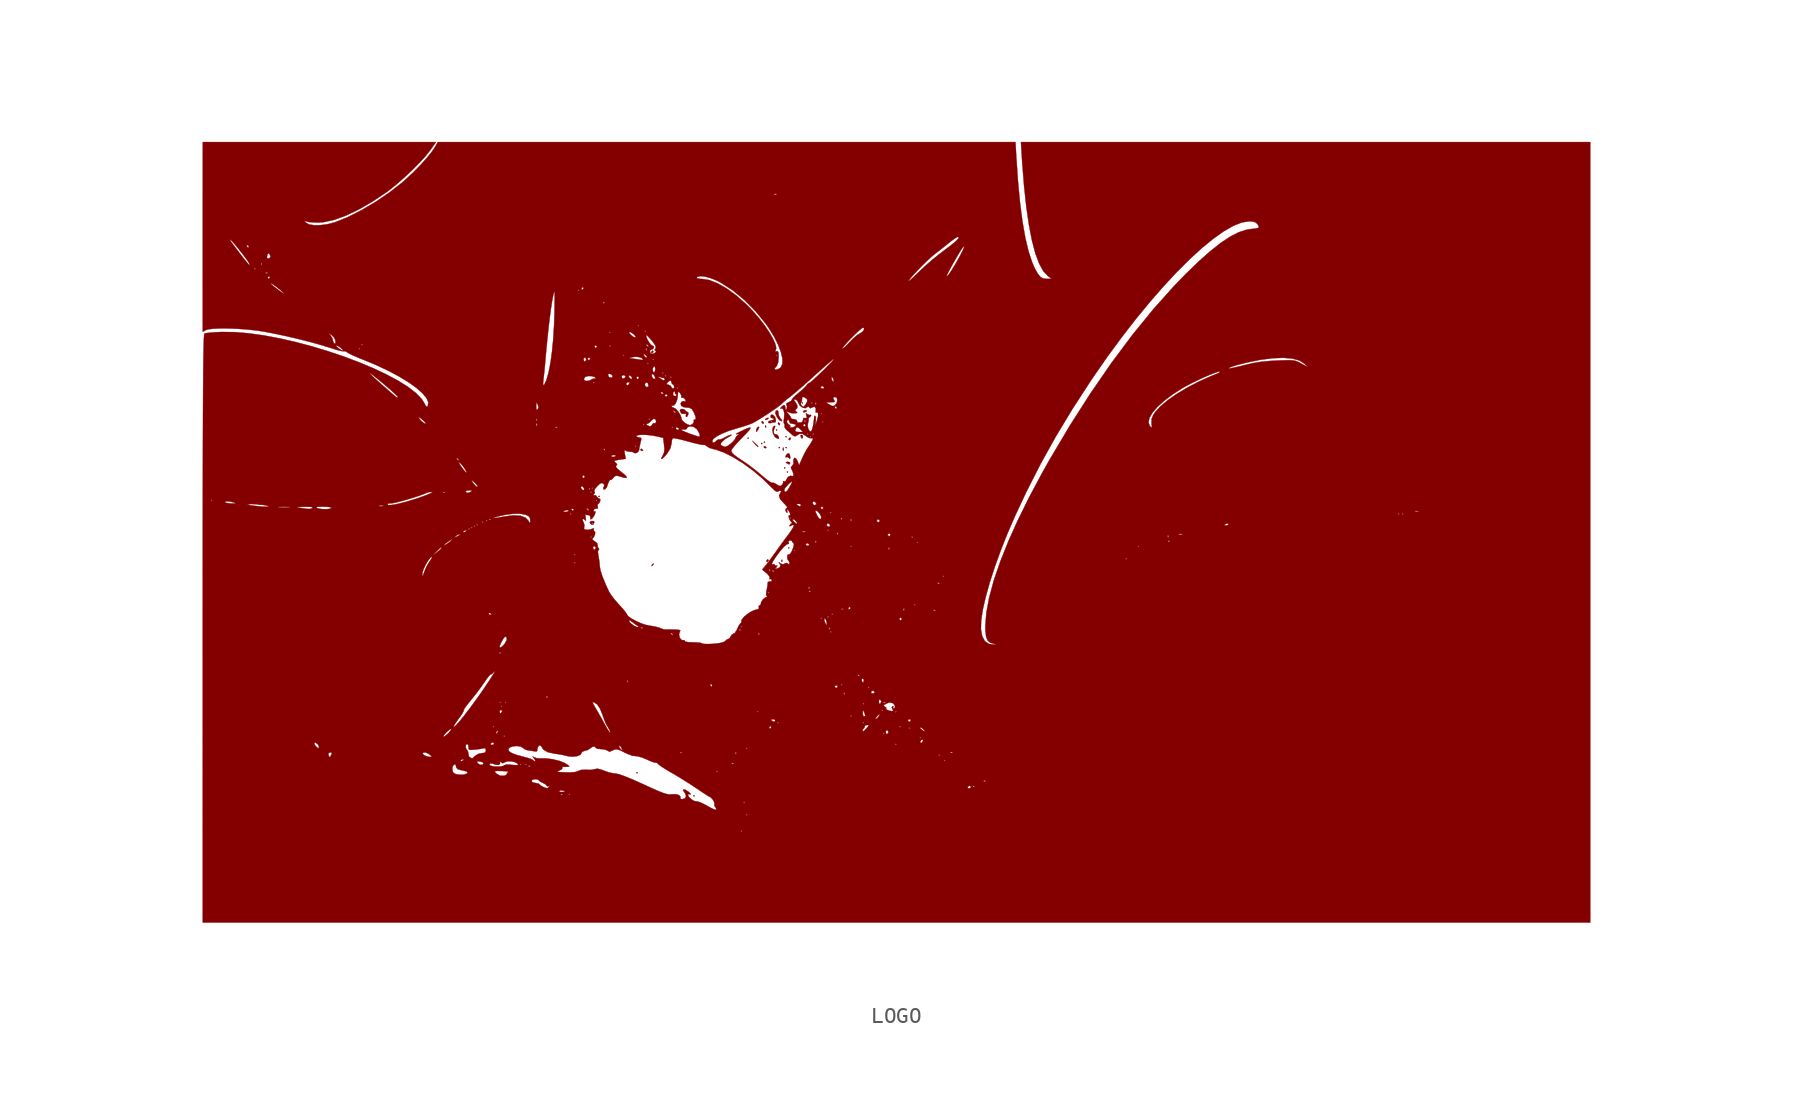
<source format=kicad_sym>
(kicad_symbol_lib
  (version 20210619)
  (generator bitmap2component)
  (symbol "LOGO"
    (pin_names
      (offset 1.016))
    (property "Reference" "#G"
      (at 0 23.749 0)
      (effects (font (size 1.27 1.27)) hide))
    (symbol "LOGO_0_0"
      (polyline (pts (xy 43.349 24.384) (xy 7.776 24.384) (xy 7.829 23.516) (xy 7.856 23.092) (xy 7.971 21.632) (xy 8.111 20.335) (xy 8.275 19.201) (xy 8.464 18.232) (xy 8.676 17.428) (xy 8.913 16.791) (xy 9.174 16.319) (xy 9.458 16.014) (xy 9.694 15.838) (xy 9.39 15.835) (xy 9.175 15.858) (xy 8.995 15.954) (xy 8.831 16.152) (xy 8.647 16.483) (xy 8.488 16.842) (xy 8.255 17.543) (xy 8.049 18.403) (xy 7.869 19.425) (xy 7.716 20.61) (xy 7.588 21.959) (xy 7.485 23.474) (xy 7.434 24.384) (xy -10.613 24.383) (xy -28.66 24.383) (xy -28.841 24.066) (xy -29.037 23.775) (xy -29.348 23.39) (xy -29.738 22.958) (xy -30.178 22.508) (xy -30.643 22.072) (xy -30.938 21.816) (xy -31.714 21.213) (xy -31.878 21.102) (xy -7.668 21.102) (xy -7.636 21.14) (xy -7.587 21.153) (xy -7.474 21.133) (xy -7.475 21.104) (xy -7.585 21.089) (xy -7.668 21.102) (xy -31.878 21.102) (xy -32.557 20.642) (xy -33.423 20.13) (xy -34.271 19.701) (xy -35.059 19.383) (xy -35.089 19.372) (xy -35.531 19.256) (xy -35.972 19.193) (xy -36.372 19.185) (xy -36.691 19.233) (xy -36.89 19.337) (xy -36.976 19.43) (xy -36.987 19.468) (xy -36.872 19.422) (xy -36.709 19.385) (xy -36.434 19.361) (xy -36.11 19.354) (xy -35.798 19.377) (xy -35.149 19.518) (xy -34.417 19.782) (xy -33.619 20.161) (xy -32.769 20.649) (xy -31.882 21.24) (xy -31.672 21.395) (xy -31.212 21.767) (xy -30.722 22.198) (xy -30.237 22.656) (xy -29.788 23.109) (xy -29.41 23.525) (xy -29.135 23.873) (xy -28.776 24.384) (xy -43.346 24.384) (xy -43.348 18.454) (xy -43.348 18.276) (xy -41.642 18.276) (xy -41.625 18.288) (xy -41.611 18.281) (xy -41.513 18.182) (xy -41.347 17.992) (xy -41.27 17.898) (xy -40.611 17.898) (xy -40.56 17.949) (xy -40.536 17.946) (xy -40.471 17.865) (xy -40.472 17.846) (xy -40.508 17.78) (xy -40.522 17.784) (xy -40.598 17.865) (xy -40.611 17.898) (xy -41.27 17.898) (xy -41.143 17.744) (xy -40.926 17.471) (xy -40.745 17.237) (xy -39.337 17.237) (xy -39.312 17.306) (xy -39.285 17.411) (xy -39.28 17.422) (xy -39.201 17.399) (xy -39.168 17.369) (xy -39.116 17.225) (xy -39.134 17.164) (xy -39.252 17.103) (xy -39.329 17.123) (xy -39.337 17.237) (xy -40.745 17.237) (xy -40.723 17.208) (xy -40.562 16.988) (xy -40.468 16.843) (xy -40.429 16.764) (xy -39.709 16.764) (xy -39.703 16.809) (xy -39.652 16.82) (xy -39.642 16.808) (xy -39.652 16.708) (xy -39.678 16.694) (xy -39.709 16.764) (xy -40.429 16.764) (xy -40.414 16.734) (xy -40.413 16.683) (xy -40.505 16.766) (xy -40.685 16.98) (xy -40.953 17.322) (xy -41.203 17.649) (xy -41.416 17.932) (xy -41.551 18.117) (xy -41.622 18.225) (xy -41.642 18.276) (xy -43.348 18.276) (xy -43.348 16.468) (xy -40.132 16.468) (xy -40.09 16.51) (xy -40.047 16.468) (xy -40.09 16.425) (xy -40.132 16.468) (xy -43.348 16.468) (xy -43.348 16.228) (xy -39.426 16.228) (xy -39.414 16.238) (xy -39.314 16.228) (xy -39.3 16.202) (xy -39.37 16.171) (xy -39.415 16.177) (xy -39.426 16.228) (xy -43.348 16.228) (xy -43.349 15.917) (xy -39.285 15.917) (xy -39.282 15.941) (xy -39.196 16.002) (xy -39.165 15.995) (xy -39.158 15.917) (xy -12.488 15.917) (xy -12.448 15.957) (xy -12.258 16.004) (xy -11.967 15.976) (xy -11.608 15.879) (xy -11.216 15.719) (xy -11.191 15.706) (xy 0.75 15.706) (xy 0.854 15.852) (xy 1.056 16.087) (xy 1.323 16.374) (xy 1.623 16.68) (xy 1.926 16.975) (xy 2.199 17.226) (xy 2.413 17.402) (xy 2.639 17.574) (xy 2.943 17.812) (xy 3.243 18.055) (xy 3.28 18.085) (xy 3.524 18.274) (xy 3.718 18.407) (xy 3.821 18.457) (xy 3.89 18.435) (xy 3.858 18.343) (xy 3.696 18.176) (xy 3.397 17.929) (xy 2.958 17.599) (xy 2.648 17.363) (xy 2.187 16.986) (xy 1.74 16.595) (xy 1.369 16.244) (xy 1.348 16.224) (xy 1.144 16.025) (xy 3.133 16.025) (xy 3.14 16.051) (xy 3.211 16.199) (xy 3.338 16.44) (xy 3.501 16.737) (xy 3.68 17.052) (xy 3.853 17.348) (xy 3.999 17.589) (xy 4.097 17.738) (xy 4.164 17.82) (xy 4.228 17.87) (xy 4.218 17.795) (xy 4.14 17.61) (xy 3.999 17.331) (xy 3.802 16.972) (xy 3.666 16.737) (xy 3.445 16.375) (xy 3.277 16.127) (xy 3.17 16.007) (xy 3.133 16.025) (xy 1.144 16.025) (xy 1.089 15.971) (xy 0.89 15.789) (xy 0.771 15.695) (xy 0.75 15.706) (xy -11.191 15.706) (xy -10.952 15.582) (xy -10.227 15.112) (xy -9.502 14.514) (xy -8.808 13.812) (xy -8.173 13.034) (xy -8.007 12.8) (xy -7.669 12.259) (xy -7.405 11.739) (xy -7.308 11.487) (xy -3.383 11.487) (xy -3.367 11.525) (xy -3.258 11.668) (xy -3.072 11.877) (xy -2.841 12.118) (xy -2.597 12.362) (xy -2.371 12.576) (xy -2.195 12.727) (xy -2.1 12.785) (xy -2.03 12.755) (xy -2.034 12.655) (xy -2.12 12.534) (xy -2.265 12.441) (xy -2.279 12.435) (xy -2.458 12.32) (xy -2.694 12.119) (xy -2.939 11.872) (xy -2.998 11.808) (xy -3.193 11.612) (xy -3.331 11.497) (xy -3.383 11.487) (xy -7.308 11.487) (xy -7.222 11.262) (xy -7.128 10.85) (xy -7.13 10.523) (xy -7.235 10.303) (xy -7.268 10.273) (xy -7.421 10.184) (xy -7.56 10.158) (xy -7.62 10.208) (xy -7.596 10.261) (xy -7.493 10.384) (xy -7.475 10.404) (xy -7.395 10.613) (xy -7.366 10.937) (xy -7.367 11.023) (xy -7.38 11.233) (xy -7.422 11.317) (xy -7.505 11.31) (xy -7.512 11.308) (xy -7.597 11.292) (xy -7.547 11.374) (xy -7.513 11.52) (xy -7.576 11.778) (xy -7.73 12.118) (xy -7.963 12.517) (xy -8.261 12.954) (xy -8.612 13.407) (xy -9.003 13.854) (xy -9.426 14.283) (xy -10.025 14.807) (xy -10.617 15.237) (xy -11.184 15.559) (xy -11.704 15.762) (xy -12.157 15.833) (xy -12.264 15.835) (xy -12.448 15.864) (xy -12.488 15.917) (xy -39.158 15.917) (xy -39.176 15.892) (xy -39.248 15.833) (xy -39.257 15.835) (xy -39.285 15.917) (xy -43.349 15.917) (xy -43.349 15.562) (xy -39.107 15.562) (xy -39.038 15.536) (xy -38.897 15.446) (xy -38.715 15.314) (xy -38.623 15.24) (xy -19.685 15.24) (xy -19.668 15.265) (xy -19.595 15.325) (xy -19.587 15.322) (xy -19.558 15.24) (xy -19.561 15.217) (xy -19.648 15.155) (xy -19.678 15.162) (xy -19.685 15.24) (xy -38.623 15.24) (xy -38.523 15.16) (xy -38.47 15.113) (xy -19.897 15.113) (xy -19.854 15.155) (xy -19.812 15.113) (xy -19.854 15.071) (xy -19.897 15.113) (xy -38.47 15.113) (xy -38.43 15.078) (xy -38.301 14.954) (xy -38.269 14.906) (xy -38.276 14.907) (xy -38.38 14.969) (xy -38.56 15.096) (xy -38.767 15.252) (xy -38.955 15.402) (xy -39.074 15.509) (xy -39.107 15.562) (xy -43.349 15.562) (xy -43.349 12.525) (xy -43.159 12.633) (xy -42.991 12.685) (xy -42.67 12.723) (xy -42.24 12.74) (xy -41.733 12.737) (xy -41.177 12.714) (xy -40.606 12.674) (xy -40.05 12.616) (xy -39.539 12.54) (xy -38.93 12.425) (xy -35.468 12.425) (xy -35.439 12.419) (xy -35.288 12.313) (xy -35.125 12.146) (xy -35.055 11.959) (xy -35.059 11.841) (xy -35.08 11.769) (xy -35.089 11.769) (xy -35.18 11.851) (xy -35.221 12.009) (xy -35.257 12.132) (xy -35.37 12.307) (xy -35.391 12.331) (xy -35.468 12.425) (xy -38.93 12.425) (xy -38.918 12.423) (xy -38.153 12.26) (xy -37.363 12.075) (xy -36.597 11.88) (xy -36.044 11.726) (xy -33.443 11.726) (xy -33.401 11.769) (xy -33.359 11.726) (xy -33.401 11.684) (xy -33.443 11.726) (xy -36.044 11.726) (xy -35.903 11.687) (xy -35.741 11.637) (xy -35.011 11.637) (xy -35.01 11.68) (xy -35.009 11.68) (xy -34.887 11.631) (xy -34.713 11.515) (xy -34.693 11.499) (xy -34.666 11.472) (xy -33.613 11.472) (xy -33.57 11.515) (xy -33.528 11.472) (xy -33.57 11.43) (xy -33.613 11.472) (xy -34.666 11.472) (xy -34.585 11.393) (xy -34.586 11.349) (xy -34.587 11.349) (xy -34.709 11.398) (xy -34.883 11.515) (xy -34.903 11.531) (xy -35.011 11.637) (xy -35.741 11.637) (xy -35.329 11.508) (xy -35.174 11.458) (xy -34.867 11.368) (xy -34.639 11.317) (xy -34.528 11.313) (xy -34.449 11.316) (xy -34.306 11.235) (xy -34.237 11.188) (xy -34.022 11.079) (xy -33.715 10.942) (xy -33.359 10.799) (xy -33.305 10.777) (xy -32.494 10.441) (xy -31.745 10.088) (xy -31.072 9.728) (xy -30.485 9.369) (xy -30.349 9.272) (xy -22.085 9.272) (xy -22.064 9.525) (xy -22.041 9.709) (xy -22.004 10.06) (xy -21.963 10.483) (xy -21.925 10.922) (xy -21.893 11.29) (xy -21.823 12.02) (xy -21.748 12.73) (xy -21.67 13.39) (xy -21.593 13.971) (xy -21.521 14.442) (xy -21.458 14.774) (xy -21.445 14.833) (xy -21.409 14.972) (xy -21.384 15.03) (xy -21.367 14.992) (xy -21.36 14.844) (xy -21.359 14.57) (xy -21.362 14.365) (xy -18.345 14.365) (xy -18.332 14.375) (xy -18.232 14.365) (xy -18.218 14.34) (xy -18.288 14.309) (xy -18.333 14.315) (xy -18.345 14.365) (xy -21.362 14.365) (xy -21.365 14.157) (xy -21.375 13.589) (xy -21.396 12.937) (xy -21.398 12.912) (xy -16.171 12.912) (xy -16.129 12.954) (xy -16.087 12.912) (xy -16.129 12.869) (xy -16.171 12.912) (xy -21.398 12.912) (xy -21.419 12.573) (xy -15.748 12.573) (xy -15.706 12.615) (xy -15.663 12.573) (xy -15.706 12.531) (xy -15.748 12.573) (xy -21.419 12.573) (xy -21.424 12.488) (xy -17.949 12.488) (xy -17.907 12.531) (xy -17.902 12.525) (xy -16.707 12.525) (xy -16.604 12.498) (xy -16.421 12.375) (xy -16.418 12.373) (xy -16.379 12.33) (xy -15.638 12.33) (xy -15.592 12.302) (xy -15.465 12.174) (xy -15.291 11.975) (xy -15.266 11.944) (xy -15.098 11.72) (xy -15.036 11.575) (xy -15.067 11.477) (xy -15.118 11.388) (xy -15.053 11.325) (xy -15.015 11.279) (xy -15.123 11.193) (xy -15.222 11.151) (xy -15.362 11.164) (xy -15.409 11.317) (xy -15.395 11.37) (xy -15.282 11.43) (xy -15.223 11.445) (xy -15.155 11.557) (xy -15.17 11.616) (xy -15.281 11.684) (xy -15.347 11.723) (xy -15.458 11.864) (xy -15.566 12.053) (xy -15.637 12.228) (xy -15.638 12.33) (xy -16.379 12.33) (xy -16.307 12.251) (xy -16.306 12.174) (xy -16.315 12.171) (xy -16.432 12.207) (xy -16.593 12.33) (xy -16.706 12.462) (xy -16.707 12.525) (xy -17.902 12.525) (xy -17.865 12.488) (xy -17.907 12.446) (xy -17.949 12.488) (xy -21.424 12.488) (xy -21.448 12.083) (xy -21.481 11.744) (xy -15.65 11.744) (xy -15.592 11.735) (xy -15.554 11.708) (xy -15.494 11.637) (xy -15.495 11.625) (xy -15.544 11.606) (xy -15.629 11.697) (xy -15.65 11.744) (xy -21.481 11.744) (xy -21.495 11.599) (xy -18.881 11.599) (xy -18.878 11.62) (xy -18.796 11.684) (xy -18.776 11.682) (xy -18.744 11.642) (xy -17.949 11.642) (xy -17.907 11.684) (xy -17.865 11.642) (xy -17.907 11.599) (xy -17.949 11.642) (xy -18.744 11.642) (xy -18.711 11.599) (xy -18.714 11.579) (xy -18.796 11.515) (xy -18.816 11.517) (xy -18.881 11.599) (xy -21.495 11.599) (xy -21.511 11.43) (xy -15.663 11.43) (xy -15.657 11.475) (xy -15.607 11.486) (xy -15.597 11.474) (xy -15.607 11.374) (xy -15.632 11.36) (xy -15.663 11.43) (xy -21.511 11.43) (xy -21.525 11.291) (xy -21.544 11.155) (xy -15.799 11.155) (xy -15.708 11.093) (xy -15.659 11.049) (xy -7.535 11.049) (xy -7.493 11.091) (xy -7.451 11.049) (xy -7.493 11.007) (xy -7.535 11.049) (xy -15.659 11.049) (xy -15.635 11.027) (xy -15.579 10.954) (xy -15.617 10.913) (xy -15.707 10.957) (xy -15.783 11.061) (xy -15.793 11.088) (xy -15.799 11.155) (xy -21.544 11.155) (xy -21.558 11.049) (xy -17.103 11.049) (xy -17.06 11.091) (xy -17.018 11.049) (xy -17.06 11.007) (xy -17.103 11.049) (xy -21.558 11.049) (xy -21.593 10.795) (xy -19.558 10.795) (xy -19.549 10.854) (xy -19.473 10.922) (xy -19.434 10.908) (xy -19.406 10.837) (xy -19.304 10.837) (xy -19.302 10.858) (xy -19.219 10.922) (xy -19.199 10.92) (xy -19.172 10.885) (xy -16.722 10.885) (xy -16.451 10.951) (xy -16.31 10.969) (xy -16.087 10.947) (xy -15.907 10.883) (xy -15.835 10.795) (xy -15.24 10.795) (xy -15.198 10.837) (xy -15.155 10.795) (xy -15.198 10.753) (xy -15.24 10.795) (xy -15.835 10.795) (xy -15.833 10.792) (xy -15.833 10.79) (xy -15.896 10.765) (xy -15.929 10.771) (xy -16.098 10.797) (xy -16.341 10.832) (xy -16.722 10.885) (xy -19.172 10.885) (xy -19.135 10.837) (xy -19.137 10.817) (xy -19.219 10.753) (xy -19.24 10.755) (xy -19.304 10.837) (xy -19.406 10.837) (xy -19.389 10.795) (xy -19.398 10.737) (xy -19.473 10.668) (xy -19.512 10.682) (xy -19.558 10.795) (xy -21.593 10.795) (xy -21.622 10.586) (xy -21.631 10.541) (xy -15.579 10.541) (xy -15.536 10.583) (xy -15.494 10.541) (xy -15.536 10.499) (xy -15.579 10.541) (xy -21.631 10.541) (xy -21.706 10.155) (xy -15.24 10.155) (xy -15.226 10.252) (xy -15.155 10.372) (xy -15.098 10.351) (xy -15.071 10.207) (xy -15.092 10.063) (xy -15.155 9.991) (xy -15.204 10.02) (xy -15.24 10.155) (xy -21.706 10.155) (xy -21.737 9.996) (xy -21.751 9.948) (xy -14.647 9.948) (xy -14.605 9.991) (xy -14.563 9.948) (xy -14.605 9.906) (xy -14.647 9.948) (xy -21.751 9.948) (xy -21.783 9.835) (xy -18.034 9.835) (xy -18.032 9.856) (xy -17.958 9.906) (xy -17.838 9.876) (xy -17.749 9.779) (xy -17.748 9.769) (xy -17.177 9.769) (xy -17.06 9.821) (xy -17.002 9.812) (xy -16.966 9.775) (xy -16.727 9.775) (xy -16.663 9.802) (xy -16.633 9.788) (xy -16.628 9.782) (xy -15.296 9.782) (xy -15.28 9.895) (xy -15.275 9.898) (xy -15.199 9.87) (xy -15.13 9.779) (xy -14.478 9.779) (xy -14.436 9.821) (xy -14.393 9.779) (xy -14.436 9.737) (xy -14.478 9.779) (xy -15.13 9.779) (xy -15.114 9.758) (xy -15.105 9.732) (xy -14.885 9.732) (xy -14.789 9.706) (xy -14.751 9.694) (xy -14.139 9.694) (xy -14.097 9.737) (xy -14.055 9.694) (xy -14.097 9.652) (xy -14.139 9.694) (xy -14.751 9.694) (xy -14.696 9.678) (xy -14.556 9.652) (xy -14.537 9.65) (xy -14.478 9.567) (xy -14.489 9.514) (xy -14.583 9.501) (xy -14.774 9.624) (xy -14.85 9.686) (xy -14.885 9.732) (xy -15.105 9.732) (xy -15.072 9.631) (xy -15.073 9.621) (xy -15.146 9.567) (xy -15.15 9.568) (xy -15.24 9.641) (xy -15.296 9.782) (xy -16.628 9.782) (xy -16.529 9.668) (xy -16.525 9.652) (xy -16.256 9.652) (xy -16.254 9.672) (xy -16.171 9.737) (xy -16.151 9.734) (xy -16.087 9.652) (xy -16.089 9.632) (xy -16.171 9.567) (xy -16.192 9.57) (xy -16.256 9.652) (xy -16.525 9.652) (xy -16.522 9.64) (xy -16.55 9.571) (xy -16.634 9.595) (xy -16.713 9.701) (xy -16.727 9.775) (xy -16.966 9.775) (xy -16.933 9.742) (xy -16.942 9.695) (xy -17.028 9.609) (xy -17.133 9.626) (xy -17.156 9.652) (xy -17.177 9.769) (xy -17.748 9.769) (xy -17.739 9.712) (xy -17.811 9.652) (xy -17.962 9.699) (xy -18.034 9.835) (xy -21.783 9.835) (xy -21.86 9.567) (xy -19.538 9.567) (xy -19.462 9.694) (xy -19.42 9.723) (xy -19.247 9.763) (xy -19.041 9.756) (xy -18.868 9.709) (xy -18.796 9.628) (xy -18.799 9.601) (xy -18.852 9.595) (xy -18.883 9.611) (xy -19 9.579) (xy -19.171 9.486) (xy -19.352 9.453) (xy -19.488 9.484) (xy -19.538 9.567) (xy -21.86 9.567) (xy -21.866 9.548) (xy -21.893 9.476) (xy -21.947 9.356) (xy -18.965 9.356) (xy -18.923 9.398) (xy -18.881 9.356) (xy -18.923 9.313) (xy -18.965 9.356) (xy -21.947 9.356) (xy -21.97 9.304) (xy -16.886 9.304) (xy -16.803 9.38) (xy -16.701 9.363) (xy -16.687 9.328) (xy -16.727 9.245) (xy -15.727 9.245) (xy -15.673 9.346) (xy -15.573 9.352) (xy -15.542 9.323) (xy -15.519 9.256) (xy -14.367 9.256) (xy -14.309 9.356) (xy -14.239 9.425) (xy -14.129 9.483) (xy -14.095 9.469) (xy -14.055 9.356) (xy -14.045 9.297) (xy -13.97 9.229) (xy -13.931 9.214) (xy -13.885 9.102) (xy -13.894 9.043) (xy -13.92 9.017) (xy -13.716 9.017) (xy -13.674 9.059) (xy -13.631 9.017) (xy -13.674 8.975) (xy -13.716 9.017) (xy -13.92 9.017) (xy -13.961 8.975) (xy -14.002 8.99) (xy -14.085 9.102) (xy -14.125 9.162) (xy -14.274 9.229) (xy -14.288 9.229) (xy -14.367 9.256) (xy -15.519 9.256) (xy -15.494 9.181) (xy -15.509 9.111) (xy -15.598 9.063) (xy -15.706 9.144) (xy -15.727 9.245) (xy -16.727 9.245) (xy -16.739 9.22) (xy -16.793 9.18) (xy -16.883 9.216) (xy -16.886 9.304) (xy -21.97 9.304) (xy -21.995 9.248) (xy -22.061 9.18) (xy -22.085 9.272) (xy -30.349 9.272) (xy -29.997 9.02) (xy -29.662 8.726) (xy -14.732 8.726) (xy -14.725 8.756) (xy -14.647 8.763) (xy -14.622 8.746) (xy -14.563 8.673) (xy -14.565 8.665) (xy -14.647 8.636) (xy -14.671 8.639) (xy -14.732 8.726) (xy -29.662 8.726) (xy -29.621 8.689) (xy -29.506 8.551) (xy -14.478 8.551) (xy -14.476 8.572) (xy -14.393 8.636) (xy -14.373 8.634) (xy -14.354 8.61) (xy -13.962 8.61) (xy -13.957 8.741) (xy -13.88 8.805) (xy -13.852 8.801) (xy -13.838 8.728) (xy -13.849 8.694) (xy -13.784 8.616) (xy -13.736 8.591) (xy -13.772 8.527) (xy -13.806 8.511) (xy -13.916 8.525) (xy -13.962 8.61) (xy -14.354 8.61) (xy -14.309 8.551) (xy -14.311 8.531) (xy -14.393 8.467) (xy -14.414 8.469) (xy -14.478 8.551) (xy -29.506 8.551) (xy -29.368 8.386) (xy -29.252 8.119) (xy -29.284 7.896) (xy -29.3 7.878) (xy -22.516 7.878) (xy -22.515 7.9) (xy -22.506 8.072) (xy -22.479 8.092) (xy -22.417 7.977) (xy -22.386 7.879) (xy -14.055 7.879) (xy -14.049 7.908) (xy -13.974 7.919) (xy -13.896 7.929) (xy -13.796 8.057) (xy -13.713 8.266) (xy -13.67 8.509) (xy -13.661 8.638) (xy -13.641 8.779) (xy -13.598 8.783) (xy -13.512 8.674) (xy -13.447 8.554) (xy -13.44 8.433) (xy -13.452 8.404) (xy -13.395 8.414) (xy -13.315 8.412) (xy -13.21 8.302) (xy -13.185 8.253) (xy -13.166 8.168) (xy -13.257 8.185) (xy -13.278 8.191) (xy -13.421 8.166) (xy -13.491 8.046) (xy -13.447 7.898) (xy -13.445 7.896) (xy -13.299 7.821) (xy -13.08 7.789) (xy -12.936 7.779) (xy -12.788 7.699) (xy -12.667 7.501) (xy -12.664 7.494) (xy -12.555 7.224) (xy -12.544 7.074) (xy -12.63 7.027) (xy -12.664 7.023) (xy -12.672 6.972) (xy -12.657 6.926) (xy -12.711 6.802) (xy -12.769 6.747) (xy -12.901 6.691) (xy -13.055 6.734) (xy -13.243 6.85) (xy -13.392 6.991) (xy -13.444 7.113) (xy -13.445 7.168) (xy -13.517 7.352) (xy -13.65 7.556) (xy -13.803 7.721) (xy -13.933 7.789) (xy -13.987 7.798) (xy -14.055 7.879) (xy -22.386 7.879) (xy -22.366 7.816) (xy -22.422 7.685) (xy -22.462 7.654) (xy -22.507 7.693) (xy -22.516 7.878) (xy -29.3 7.878) (xy -29.336 7.84) (xy -29.406 7.887) (xy -29.507 8.075) (xy -29.674 8.339) (xy -30.034 8.709) (xy -30.533 9.092) (xy -31.155 9.481) (xy -31.883 9.871) (xy -32.7 10.255) (xy -33.59 10.627) (xy -34.536 10.983) (xy -35.523 11.316) (xy -36.532 11.62) (xy -37.549 11.89) (xy -38.555 12.119) (xy -39.535 12.302) (xy -40.473 12.434) (xy -41.351 12.507) (xy -42.153 12.517) (xy -42.52 12.501) (xy -42.867 12.477) (xy -43.121 12.448) (xy -43.243 12.419) (xy -43.251 12.404) (xy -43.263 12.329) (xy -43.274 12.187) (xy -43.284 11.972) (xy -43.293 11.678) (xy -43.301 11.3) (xy -43.309 10.832) (xy -43.316 10.269) (xy -43.319 9.93) (xy -32.911 9.93) (xy -32.899 9.943) (xy -32.77 9.856) (xy -32.522 9.662) (xy -32.152 9.359) (xy -31.966 9.202) (xy -31.646 8.927) (xy -31.39 8.697) (xy -31.219 8.533) (xy -31.157 8.456) (xy -31.157 8.44) (xy -31.162 8.406) (xy -31.191 8.406) (xy -31.265 8.455) (xy -31.404 8.569) (xy -31.629 8.763) (xy -31.962 9.052) (xy -32.278 9.329) (xy -32.598 9.619) (xy -32.81 9.82) (xy -32.911 9.93) (xy -43.319 9.93) (xy -43.322 9.604) (xy -43.327 8.832) (xy -43.332 7.948) (xy -43.333 7.596) (xy -13.956 7.596) (xy -13.898 7.586) (xy -13.861 7.56) (xy -13.801 7.488) (xy -13.802 7.476) (xy -13.851 7.458) (xy -13.936 7.548) (xy -13.956 7.596) (xy -43.333 7.596) (xy -43.335 7.197) (xy -29.856 7.197) (xy -29.845 7.195) (xy -29.732 7.124) (xy -29.617 7.027) (xy -22.521 7.027) (xy -22.515 7.072) (xy -22.465 7.084) (xy -22.455 7.071) (xy -22.455 7.07) (xy -15.494 7.07) (xy -15.452 7.112) (xy -15.409 7.07) (xy -15.452 7.027) (xy -15.494 7.07) (xy -22.455 7.07) (xy -22.465 6.971) (xy -22.49 6.958) (xy -22.521 7.027) (xy -29.617 7.027) (xy -29.567 6.985) (xy -29.524 6.943) (xy -29.424 6.822) (xy -29.429 6.773) (xy -29.437 6.774) (xy -29.559 6.841) (xy -29.718 6.985) (xy -29.745 7.014) (xy -29.847 7.144) (xy -29.856 7.197) (xy -43.335 7.197) (xy -43.336 6.945) (xy -43.336 6.738) (xy -22.515 6.738) (xy -22.501 6.821) (xy -22.463 6.789) (xy -22.45 6.74) (xy -22.452 6.731) (xy -15.833 6.731) (xy -15.79 6.773) (xy -15.768 6.751) (xy -15.653 6.751) (xy -15.592 6.772) (xy -15.473 6.825) (xy -15.323 6.964) (xy -15.292 7) (xy -15.169 7.096) (xy -15.067 7.056) (xy -15.05 7.037) (xy -15.016 6.915) (xy -15.059 6.817) (xy -15.152 6.814) (xy -15.194 6.818) (xy -15.271 6.731) (xy -15.3 6.669) (xy -15.404 6.611) (xy -15.579 6.689) (xy -15.653 6.751) (xy -15.768 6.751) (xy -15.748 6.731) (xy -15.79 6.689) (xy -15.833 6.731) (xy -22.452 6.731) (xy -22.47 6.627) (xy -22.499 6.628) (xy -22.515 6.738) (xy -43.336 6.738) (xy -43.337 6.576) (xy -21.308 6.576) (xy -21.295 6.586) (xy -21.195 6.576) (xy -21.188 6.562) (xy -14.055 6.562) (xy -14.012 6.604) (xy -13.97 6.562) (xy -14.012 6.519) (xy -14.055 6.562) (xy -21.188 6.562) (xy -21.182 6.55) (xy -21.251 6.519) (xy -21.296 6.526) (xy -21.308 6.576) (xy -43.337 6.576) (xy -43.337 6.494) (xy -13.788 6.494) (xy -13.768 6.567) (xy -13.641 6.525) (xy -13.588 6.479) (xy -13.617 6.402) (xy -13.643 6.392) (xy -13.446 6.392) (xy -13.429 6.424) (xy -13.293 6.422) (xy -13.155 6.424) (xy -13.099 6.489) (xy -13.06 6.562) (xy -12.911 6.625) (xy -12.676 6.592) (xy -12.461 6.43) (xy -12.318 6.177) (xy -12.289 6.063) (xy -12.29 5.971) (xy -12.297 5.969) (xy -12.412 5.992) (xy -12.623 6.058) (xy -12.882 6.149) (xy -13.138 6.247) (xy -13.343 6.334) (xy -13.446 6.392) (xy -13.643 6.392) (xy -13.654 6.388) (xy -13.761 6.439) (xy -13.788 6.494) (xy -43.337 6.494) (xy -43.339 5.818) (xy -43.34 5.376) (xy -16.341 5.376) (xy -16.298 5.419) (xy -16.256 5.376) (xy -16.298 5.334) (xy -16.341 5.376) (xy -43.34 5.376) (xy -43.341 5.165) (xy -18.288 5.165) (xy -18.282 5.21) (xy -18.232 5.221) (xy -18.221 5.209) (xy -18.232 5.108) (xy -18.257 5.095) (xy -18.288 5.165) (xy -43.341 5.165) (xy -43.342 4.745) (xy -17.825 4.745) (xy -17.818 4.795) (xy -17.7 4.826) (xy -17.598 4.82) (xy -17.526 4.793) (xy -17.526 4.792) (xy -17.595 4.728) (xy -17.728 4.707) (xy -17.825 4.745) (xy -43.342 4.745) (xy -43.342 4.632) (xy -27.503 4.632) (xy -27.445 4.622) (xy -27.407 4.596) (xy -27.347 4.525) (xy -27.348 4.513) (xy -27.397 4.494) (xy -27.482 4.585) (xy -27.503 4.632) (xy -43.342 4.632) (xy -43.342 4.562) (xy -43.342 4.368) (xy -27.346 4.368) (xy -27.344 4.377) (xy -27.287 4.351) (xy -27.174 4.232) (xy -27.04 4.06) (xy -26.919 3.873) (xy -26.876 3.786) (xy -26.874 3.725) (xy -26.933 3.769) (xy -27.054 3.908) (xy -27.19 4.092) (xy -27.3 4.263) (xy -27.346 4.368) (xy -43.342 4.368) (xy -43.344 3.471) (xy -19.643 3.471) (xy -19.64 3.492) (xy -19.558 3.556) (xy -19.538 3.554) (xy -19.473 3.471) (xy -19.476 3.451) (xy -19.558 3.387) (xy -19.578 3.389) (xy -19.643 3.471) (xy -43.344 3.471) (xy -43.344 3.243) (xy -26.551 3.243) (xy -26.501 3.228) (xy -26.369 3.114) (xy -26.319 3.064) (xy -26.2 2.919) (xy -26.174 2.838) (xy -26.191 2.832) (xy -26.289 2.887) (xy -26.421 3.031) (xy -26.542 3.217) (xy -26.551 3.243) (xy -43.344 3.243) (xy -43.344 3.17) (xy -43.345 2.808) (xy -19.727 2.808) (xy -19.697 2.873) (xy -19.609 2.857) (xy -19.527 2.752) (xy -19.517 2.709) (xy -19.219 2.709) (xy -19.213 2.754) (xy -19.163 2.766) (xy -19.153 2.753) (xy -19.153 2.752) (xy -19.05 2.752) (xy -19.008 2.794) (xy -18.965 2.752) (xy -19.008 2.709) (xy -19.05 2.752) (xy -19.153 2.752) (xy -19.163 2.653) (xy -19.188 2.64) (xy -19.219 2.709) (xy -19.517 2.709) (xy -19.512 2.687) (xy -19.547 2.625) (xy -19.66 2.673) (xy -19.727 2.808) (xy -43.345 2.808) (xy -43.345 2.54) (xy -26.924 2.54) (xy -26.86 2.598) (xy -26.691 2.623) (xy -26.617 2.622) (xy -26.528 2.599) (xy -26.585 2.54) (xy -26.672 2.498) (xy -19.135 2.498) (xy -19.092 2.54) (xy -19.05 2.498) (xy -19.092 2.455) (xy -19.135 2.498) (xy -26.672 2.498) (xy -26.711 2.479) (xy -26.861 2.465) (xy -26.924 2.54) (xy -43.345 2.54) (xy -43.346 1.99) (xy -42.841 1.99) (xy -42.799 2.032) (xy -42.757 1.99) (xy -42.799 1.947) (xy -42.841 1.99) (xy -43.346 1.99) (xy -43.346 1.877) (xy -41.961 1.877) (xy -41.953 1.916) (xy -41.834 1.937) (xy -41.635 1.919) (xy -41.402 1.863) (xy -41.386 1.858) (xy -41.297 1.819) (xy -41.348 1.802) (xy -41.554 1.8) (xy -41.647 1.804) (xy -41.857 1.832) (xy -41.961 1.877) (xy -43.346 1.877) (xy -43.346 1.742) (xy -40.552 1.742) (xy -40.428 1.759) (xy -40.294 1.763) (xy -40.136 1.758) (xy -31.805 1.758) (xy -31.754 1.799) (xy -31.602 1.808) (xy -31.516 1.812) (xy -31.291 1.857) (xy -30.973 1.936) (xy -30.603 2.039) (xy -30.219 2.155) (xy -29.86 2.271) (xy -29.564 2.376) (xy -29.371 2.46) (xy -29.244 2.506) (xy -29.015 2.524) (xy -29.004 2.521) (xy -29.01 2.512) (xy -28.335 2.512) (xy -28.323 2.522) (xy -28.222 2.512) (xy -28.209 2.486) (xy -28.279 2.455) (xy -28.323 2.462) (xy -28.335 2.512) (xy -29.01 2.512) (xy -29.031 2.479) (xy -29.199 2.396) (xy -29.491 2.28) (xy -29.887 2.14) (xy -30.027 2.093) (xy -30.363 1.99) (xy -18.796 1.99) (xy -18.754 2.032) (xy -18.711 1.99) (xy -18.754 1.947) (xy -18.796 1.99) (xy -30.363 1.99) (xy -30.519 1.941) (xy -30.963 1.822) (xy -31.336 1.739) (xy -31.615 1.698) (xy -31.779 1.703) (xy -31.805 1.758) (xy -40.136 1.758) (xy -39.962 1.751) (xy -39.624 1.716) (xy -39.549 1.704) (xy -39.312 1.658) (xy -39.268 1.64) (xy -32.354 1.64) (xy -32.32 1.667) (xy -32.234 1.681) (xy -32.066 1.664) (xy -32.058 1.661) (xy -32.071 1.634) (xy -32.216 1.625) (xy -32.242 1.626) (xy -32.354 1.64) (xy -39.268 1.64) (xy -39.226 1.623) (xy -39.272 1.602) (xy -39.435 1.597) (xy -39.699 1.611) (xy -40.047 1.646) (xy -40.367 1.688) (xy -40.535 1.72) (xy -40.552 1.742) (xy -43.346 1.742) (xy -43.346 1.638) (xy -43.346 1.571) (xy -38.661 1.571) (xy -38.587 1.586) (xy -38.27 1.599) (xy -37.952 1.586) (xy -37.907 1.58) (xy -37.888 1.566) (xy -37.937 1.562) (xy -37.462 1.562) (xy -37.456 1.578) (xy -37.306 1.588) (xy -36.999 1.595) (xy -36.937 1.596) (xy -36.63 1.591) (xy -36.507 1.571) (xy -36.255 1.571) (xy -36.125 1.598) (xy -35.835 1.607) (xy -35.588 1.599) (xy -35.383 1.569) (xy -35.306 1.524) (xy -35.31 1.51) (xy -35.335 1.5) (xy -19.375 1.5) (xy -19.317 1.49) (xy -19.279 1.464) (xy -19.219 1.392) (xy -19.22 1.38) (xy -19.269 1.362) (xy -19.354 1.452) (xy -19.375 1.5) (xy -35.335 1.5) (xy -35.415 1.466) (xy -35.617 1.444) (xy -35.859 1.447) (xy -36.085 1.474) (xy -36.237 1.524) (xy -36.238 1.524) (xy -36.255 1.571) (xy -36.507 1.571) (xy -36.483 1.567) (xy -36.491 1.524) (xy -36.521 1.506) (xy -36.611 1.467) (xy -36.733 1.458) (xy -36.932 1.477) (xy -37.253 1.524) (xy -37.335 1.537) (xy -37.462 1.562) (xy -37.937 1.562) (xy -38.015 1.556) (xy -38.269 1.552) (xy -38.373 1.553) (xy -38.584 1.559) (xy -38.661 1.571) (xy -43.346 1.571) (xy -43.346 1.444) (xy -20.32 1.444) (xy -20.313 1.475) (xy -20.235 1.482) (xy -20.21 1.464) (xy -20.151 1.392) (xy -20.153 1.384) (xy -20.235 1.355) (xy -20.259 1.358) (xy -20.32 1.444) (xy -43.346 1.444) (xy -43.347 1.302) (xy -20.828 1.302) (xy -20.796 1.33) (xy -20.659 1.379) (xy -20.557 1.39) (xy -20.489 1.347) (xy -20.521 1.302) (xy -20.659 1.27) (xy -20.757 1.276) (xy -20.828 1.302) (xy -43.347 1.302) (xy -43.347 0.887) (xy -25.191 0.887) (xy -25.154 0.916) (xy -24.957 0.975) (xy -24.595 1.061) (xy -24.43 1.095) (xy -23.948 1.157) (xy -23.521 1.16) (xy -23.417 1.143) (xy -20.405 1.143) (xy -20.362 1.185) (xy -20.32 1.143) (xy -20.362 1.101) (xy -20.405 1.143) (xy -23.417 1.143) (xy -23.184 1.106) (xy -22.973 0.996) (xy -22.905 0.894) (xy -22.879 0.722) (xy -19.611 0.722) (xy -19.608 0.825) (xy -19.562 0.837) (xy -19.464 0.76) (xy -19.434 0.723) (xy -19.406 0.751) (xy -19.425 0.931) (xy -19.433 0.987) (xy -19.444 1.123) (xy -19.425 1.127) (xy -19.388 1.085) (xy -19.256 1.072) (xy -19.172 1.069) (xy -19.135 0.934) (xy -19.132 0.842) (xy -19.098 0.8) (xy -18.99 0.895) (xy -18.972 0.914) (xy -18.877 1.057) (xy -18.821 1.206) (xy -18.817 1.308) (xy -18.88 1.313) (xy -18.92 1.306) (xy -18.911 1.397) (xy -18.865 1.462) (xy -18.737 1.487) (xy -18.655 1.488) (xy -18.669 1.609) (xy -18.685 1.712) (xy -18.642 1.778) (xy -18.587 1.81) (xy -18.517 1.947) (xy -18.509 2.052) (xy -18.583 2.117) (xy -18.643 2.133) (xy -18.744 2.249) (xy -18.786 2.312) (xy -18.901 2.317) (xy -18.909 2.313) (xy -18.962 2.297) (xy -18.898 2.389) (xy -18.84 2.486) (xy -18.883 2.555) (xy -18.9 2.58) (xy -18.85 2.695) (xy -18.712 2.865) (xy -18.546 3.023) (xy -18.423 3.083) (xy -18.323 3.042) (xy -18.255 2.958) (xy -18.291 2.833) (xy -18.33 2.77) (xy -18.296 2.672) (xy -18.206 2.691) (xy -18.103 2.818) (xy -18.035 3.006) (xy -18.02 3.06) (xy -17.962 3.187) (xy -17.898 3.277) (xy -17.867 3.272) (xy -17.867 3.27) (xy -17.818 3.277) (xy -17.709 3.39) (xy -17.601 3.504) (xy -17.475 3.538) (xy -17.273 3.485) (xy -17.061 3.418) (xy -16.883 3.393) (xy -16.853 3.449) (xy -16.971 3.586) (xy -17.237 3.802) (xy -17.441 3.969) (xy -17.536 4.09) (xy -17.509 4.164) (xy -17.498 4.172) (xy -17.455 4.25) (xy -17.555 4.356) (xy -17.605 4.396) (xy -17.634 4.454) (xy -17.546 4.494) (xy -17.314 4.534) (xy -16.919 4.593) (xy -16.975 4.895) (xy -17 5.058) (xy -16.987 5.137) (xy -16.916 5.101) (xy -16.83 5.054) (xy -16.634 5.03) (xy -16.532 5.032) (xy -16.419 4.981) (xy -16.395 4.956) (xy -16.273 4.945) (xy -16.144 5.023) (xy -16.08 5.153) (xy -16.069 5.282) (xy -15.963 5.747) (xy -15.956 5.772) (xy -15.956 5.895) (xy -16.081 5.927) (xy -16.185 5.943) (xy -16.256 6.011) (xy -16.254 6.021) (xy -16.157 6.07) (xy -15.941 6.092) (xy -15.649 6.087) (xy -15.321 6.056) (xy -15.001 5.999) (xy -14.579 5.901) (xy -14.523 5.454) (xy -14.502 5.219) (xy -14.523 4.979) (xy -14.609 4.789) (xy -14.688 4.653) (xy -14.7 4.576) (xy -14.63 4.603) (xy -14.499 4.723) (xy -14.327 4.926) (xy -14.132 5.242) (xy -14.055 5.556) (xy -14.055 5.569) (xy -14.032 5.77) (xy -13.98 5.878) (xy -13.899 5.878) (xy -13.683 5.84) (xy -13.371 5.769) (xy -13.157 5.712) (xy -11.515 5.712) (xy -11.445 5.836) (xy -11.237 5.992) (xy -10.919 6.159) (xy -10.518 6.323) (xy -10.062 6.469) (xy -9.973 6.494) (xy -9.606 6.603) (xy -9.279 6.71) (xy -9.054 6.793) (xy -8.95 6.844) (xy -8.708 6.981) (xy -8.404 7.169) (xy -8.071 7.382) (xy -7.745 7.6) (xy -7.46 7.799) (xy -7.251 7.956) (xy -7.152 8.048) (xy -7.075 8.126) (xy -6.897 8.276) (xy -6.661 8.458) (xy -6.519 8.57) (xy -6.239 8.804) (xy -5.888 9.106) (xy -5.497 9.451) (xy -5.099 9.811) (xy -4.766 10.112) (xy -4.44 10.402) (xy -4.175 10.632) (xy -3.993 10.783) (xy -3.914 10.837) (xy -3.932 10.791) (xy -4.048 10.655) (xy -4.239 10.454) (xy -4.477 10.213) (xy -4.738 9.959) (xy -4.994 9.716) (xy -5.072 9.645) (xy -4.061 9.645) (xy -4.061 9.672) (xy -4.038 9.722) (xy -3.969 9.624) (xy -3.923 9.526) (xy -3.915 9.434) (xy -3.96 9.42) (xy -4.031 9.497) (xy -4.061 9.645) (xy -5.072 9.645) (xy -5.219 9.511) (xy -5.388 9.369) (xy -5.473 9.315) (xy -5.521 9.302) (xy -5.616 9.192) (xy -5.698 9.086) (xy -5.726 9.059) (xy -4.741 9.059) (xy -4.739 9.079) (xy -4.662 9.144) (xy -4.638 9.141) (xy -4.53 9.059) (xy -4.522 9.016) (xy -4.609 8.975) (xy -4.672 8.985) (xy -4.741 9.059) (xy -5.726 9.059) (xy -5.877 8.913) (xy -6.112 8.714) (xy -6.114 8.713) (xy -6.337 8.524) (xy -6.49 8.369) (xy -6.54 8.283) (xy -6.586 8.209) (xy -6.74 8.125) (xy -6.777 8.11) (xy -6.897 8.028) (xy -6.872 7.933) (xy -6.837 7.872) (xy -6.862 7.702) (xy -6.878 7.678) (xy -6.927 7.646) (xy -6.941 7.768) (xy -6.97 7.916) (xy -7.062 7.944) (xy -7.207 7.816) (xy -7.27 7.723) (xy -7.217 7.736) (xy -7.114 7.732) (xy -7.04 7.6) (xy -7.035 7.564) (xy -6.9 7.564) (xy -6.731 7.501) (xy -6.601 7.455) (xy -6.482 7.435) (xy -6.308 7.442) (xy -6.271 7.445) (xy -6.191 7.472) (xy -6.265 7.543) (xy -6.34 7.618) (xy -6.287 7.676) (xy -6.197 7.769) (xy -6.202 7.944) (xy -6.321 8.143) (xy -6.386 8.218) (xy -6.414 8.285) (xy -6.322 8.297) (xy -6.22 8.248) (xy -6.132 8.092) (xy -6.097 8.02) (xy -5.987 8.02) (xy -5.947 8.142) (xy -5.912 8.193) (xy -5.9 8.35) (xy -5.906 8.369) (xy -5.882 8.454) (xy -5.774 8.449) (xy -5.631 8.353) (xy -5.584 8.296) (xy -5.573 8.184) (xy -5.626 8.086) (xy -5.334 8.086) (xy -5.292 8.128) (xy -5.249 8.086) (xy -5.292 8.043) (xy -5.08 8.043) (xy -5.074 8.088) (xy -5.024 8.1) (xy -5.022 8.098) (xy -4.378 8.098) (xy -4.324 8.12) (xy -4.117 8.125) (xy -4.116 8.125) (xy -3.913 8.136) (xy -3.849 8.174) (xy -3.896 8.257) (xy -3.956 8.361) (xy -3.926 8.452) (xy -3.778 8.44) (xy -3.731 8.403) (xy -3.697 8.256) (xy -3.738 8.077) (xy -3.845 7.939) (xy -3.853 7.933) (xy -3.949 7.886) (xy -4.053 7.905) (xy -4.233 8.001) (xy -4.299 8.039) (xy -4.378 8.098) (xy -5.022 8.098) (xy -5.013 8.087) (xy -5.024 7.987) (xy -5.049 7.974) (xy -5.08 8.043) (xy -5.292 8.043) (xy -5.334 8.086) (xy -5.626 8.086) (xy -5.666 8.011) (xy -5.758 7.883) (xy -5.84 7.841) (xy -5.927 7.917) (xy -5.987 8.02) (xy -6.097 8.02) (xy -6.055 7.935) (xy -5.893 7.798) (xy -5.71 7.755) (xy -5.56 7.829) (xy -5.515 7.866) (xy -5.446 7.807) (xy -5.396 7.744) (xy -5.287 7.793) (xy -5.14 7.849) (xy -5.104 7.822) (xy -3.866 7.822) (xy -3.815 7.874) (xy -3.79 7.871) (xy -3.725 7.789) (xy -3.726 7.77) (xy -3.763 7.705) (xy -3.776 7.709) (xy -3.852 7.789) (xy -3.866 7.822) (xy -5.104 7.822) (xy -5.042 7.775) (xy -5.043 7.602) (xy -5.062 7.499) (xy -5.013 7.482) (xy -4.962 7.501) (xy -4.899 7.438) (xy -4.899 7.408) (xy -4.741 7.408) (xy -4.699 7.451) (xy -4.657 7.408) (xy -4.699 7.366) (xy -4.741 7.408) (xy -4.899 7.408) (xy -4.9 7.257) (xy -4.969 6.985) (xy -4.997 6.9) (xy -4.657 6.9) (xy -4.614 6.943) (xy -4.572 6.9) (xy -4.614 6.858) (xy -4.657 6.9) (xy -4.997 6.9) (xy -5.082 6.646) (xy -5.044 6.964) (xy -5.038 7.024) (xy -5.043 7.207) (xy -5.085 7.281) (xy -5.102 7.28) (xy -5.148 7.218) (xy -5.146 7.177) (xy -5.161 7.002) (xy -5.195 6.754) (xy -5.219 6.625) (xy -5.278 6.412) (xy -5.335 6.307) (xy -5.423 6.319) (xy -5.504 6.442) (xy -5.549 6.621) (xy -5.534 6.798) (xy -5.5 6.93) (xy -5.49 7.091) (xy -5.491 7.133) (xy -5.422 7.197) (xy -5.393 7.202) (xy -5.334 7.295) (xy -5.338 7.33) (xy -5.39 7.339) (xy -5.443 7.325) (xy -5.571 7.387) (xy -5.622 7.426) (xy -5.666 7.425) (xy -5.633 7.289) (xy -5.615 7.227) (xy -5.613 7.128) (xy -5.705 7.139) (xy -5.804 7.145) (xy -5.842 7.025) (xy -5.862 6.943) (xy -5.757 6.943) (xy -5.751 6.987) (xy -5.701 6.999) (xy -5.691 6.987) (xy -5.701 6.886) (xy -5.726 6.873) (xy -5.757 6.943) (xy -5.862 6.943) (xy -5.865 6.928) (xy -5.969 6.858) (xy -6.024 6.858) (xy -6.16 6.858) (xy -6.183 6.865) (xy -6.223 6.964) (xy -6.265 7.029) (xy -6.412 7.07) (xy -6.526 7.082) (xy -6.581 7.124) (xy -6.617 7.219) (xy -6.731 7.372) (xy -6.9 7.564) (xy -7.035 7.564) (xy -7.008 7.375) (xy -7.03 7.098) (xy -7.041 7.029) (xy -7.044 6.972) (xy -6.852 6.972) (xy -6.773 7.027) (xy -6.734 7.013) (xy -6.689 6.9) (xy -6.646 6.816) (xy -6.47 6.773) (xy -6.329 6.75) (xy -6.292 6.689) (xy -5.842 6.689) (xy -5.84 6.709) (xy -5.757 6.773) (xy -5.737 6.771) (xy -5.673 6.689) (xy -5.675 6.668) (xy -5.757 6.604) (xy -5.778 6.606) (xy -5.842 6.689) (xy -6.292 6.689) (xy -6.284 6.675) (xy -6.344 6.609) (xy -6.508 6.548) (xy -6.623 6.548) (xy -6.646 6.604) (xy -6.638 6.657) (xy -6.726 6.741) (xy -6.752 6.753) (xy -6.84 6.856) (xy -6.852 6.972) (xy -7.044 6.972) (xy -7.05 6.847) (xy -7.019 6.773) (xy -6.99 6.759) (xy -6.993 6.655) (xy -6.993 6.563) (xy -6.898 6.422) (xy -6.819 6.355) (xy -6.342 6.355) (xy -6.274 6.508) (xy -6.244 6.546) (xy -6.16 6.558) (xy -6.021 6.445) (xy -5.842 6.265) (xy -6.096 6.265) (xy -6.277 6.282) (xy -6.342 6.355) (xy -6.819 6.355) (xy -6.748 6.295) (xy -6.558 6.126) (xy -6.452 6.037) (xy -6.332 5.994) (xy -6.207 6.059) (xy -6.052 6.151) (xy -5.86 6.153) (xy -5.839 6.138) (xy -5.588 6.138) (xy -5.546 6.181) (xy -5.503 6.138) (xy -5.249 6.138) (xy -5.207 6.181) (xy -5.165 6.138) (xy -5.207 6.096) (xy -5.249 6.138) (xy -5.503 6.138) (xy -5.546 6.096) (xy -5.588 6.138) (xy -5.839 6.138) (xy -5.648 6.007) (xy -5.59 5.969) (xy -5.419 5.969) (xy -5.376 6.011) (xy -5.334 5.969) (xy -5.376 5.927) (xy -5.419 5.969) (xy -5.59 5.969) (xy -5.478 5.897) (xy -5.315 5.872) (xy -5.262 5.883) (xy -5.209 5.859) (xy -5.263 5.728) (xy -5.267 5.721) (xy -5.386 5.52) (xy -5.537 5.294) (xy -5.604 5.19) (xy -5.757 4.915) (xy -5.899 4.617) (xy -6.083 4.191) (xy -6.172 4.424) (xy -6.269 4.603) (xy -6.372 4.656) (xy -6.438 4.56) (xy -6.438 4.327) (xy -6.443 4.268) (xy -6.534 4.139) (xy -6.548 4.13) (xy -6.603 4.043) (xy -6.54 3.898) (xy -6.491 3.802) (xy -6.441 3.635) (xy -6.447 3.52) (xy -6.512 3.509) (xy -6.624 3.533) (xy -6.783 3.456) (xy -6.886 3.288) (xy -6.935 3.187) (xy -7.043 3.18) (xy -7.092 3.204) (xy -7.092 3.175) (xy -7.073 3.123) (xy -7.123 2.992) (xy -7.224 2.899) (xy -7.337 2.901) (xy -7.517 3.011) (xy -7.663 3.087) (xy -7.779 3.097) (xy -7.811 3.1) (xy -7.953 3.181) (xy -8.171 3.343) (xy -8.433 3.563) (xy -8.493 3.616) (xy -8.843 3.905) (xy -9.21 4.185) (xy -9.523 4.404) (xy -9.649 4.486) (xy -9.979 4.71) (xy -10.188 4.877) (xy -10.297 5.003) (xy -10.329 5.108) (xy -10.28 5.2) (xy -10.131 5.387) (xy -9.908 5.638) (xy -9.634 5.924) (xy -9.339 6.228) (xy -9.163 6.432) (xy -9.115 6.534) (xy -9.199 6.54) (xy -9.416 6.457) (xy -9.77 6.291) (xy -9.949 6.197) (xy -10.037 6.134) (xy -9.991 6.127) (xy -9.889 6.147) (xy -9.838 6.138) (xy -9.927 6.061) (xy -10.014 5.979) (xy -10.075 5.861) (xy -10.093 5.812) (xy -10.208 5.673) (xy -10.384 5.516) (xy -10.565 5.388) (xy -10.696 5.335) (xy -10.755 5.345) (xy -10.919 5.415) (xy -10.97 5.454) (xy -10.982 5.538) (xy -10.876 5.679) (xy -10.695 5.836) (xy -10.456 5.977) (xy -10.42 5.994) (xy -10.309 6.063) (xy -10.329 6.092) (xy -10.352 6.091) (xy -10.522 6.036) (xy -10.737 5.925) (xy -10.79 5.894) (xy -10.976 5.809) (xy -11.087 5.797) (xy -11.144 5.799) (xy -11.261 5.714) (xy -11.357 5.624) (xy -11.47 5.6) (xy -11.515 5.712) (xy -13.157 5.712) (xy -13.001 5.67) (xy -12.684 5.585) (xy -12.363 5.508) (xy -12.131 5.463) (xy -12.026 5.459) (xy -11.971 5.462) (xy -11.854 5.378) (xy -11.842 5.364) (xy -11.676 5.268) (xy -11.443 5.199) (xy -11.285 5.164) (xy -10.774 4.981) (xy -10.198 4.689) (xy -9.587 4.309) (xy -8.968 3.858) (xy -8.372 3.356) (xy -7.827 2.822) (xy -7.802 2.796) (xy -7.608 2.609) (xy -7.018 2.609) (xy -6.972 2.748) (xy -6.799 2.955) (xy -6.702 3.05) (xy -6.571 3.158) (xy -6.52 3.167) (xy -6.527 3.134) (xy -6.597 2.979) (xy -6.716 2.767) (xy -6.823 2.605) (xy -6.921 2.518) (xy -6.995 2.555) (xy -7.018 2.609) (xy -7.608 2.609) (xy -7.601 2.603) (xy -7.471 2.528) (xy -7.384 2.556) (xy -7.325 2.598) (xy -7.222 2.593) (xy -7.205 2.567) (xy -7.242 2.472) (xy -7.258 2.459) (xy -7.342 2.297) (xy -7.272 2.083) (xy -7.052 1.827) (xy -5.249 1.827) (xy -5.2 1.92) (xy -5.099 1.906) (xy -5.015 1.794) (xy -5.016 1.743) (xy -5.115 1.693) (xy -5.181 1.711) (xy -5.249 1.827) (xy -7.052 1.827) (xy -7.051 1.826) (xy -6.988 1.764) (xy -6.239 1.764) (xy -6.112 1.777) (xy -5.997 1.757) (xy -5.969 1.693) (xy -6.005 1.638) (xy -6.06 1.621) (xy -6.181 1.693) (xy -6.212 1.714) (xy -6.239 1.764) (xy -6.988 1.764) (xy -6.933 1.708) (xy -6.832 1.578) (xy -6.837 1.526) (xy -6.84 1.524) (xy -4.741 1.524) (xy -4.739 1.544) (xy -4.657 1.609) (xy -4.636 1.606) (xy -4.572 1.524) (xy -4.574 1.504) (xy -4.657 1.439) (xy -4.677 1.442) (xy -4.741 1.524) (xy -6.84 1.524) (xy -6.923 1.468) (xy -6.935 1.341) (xy -6.859 1.228) (xy -6.817 1.225) (xy -6.829 1.329) (xy -6.836 1.35) (xy -6.849 1.433) (xy -6.77 1.377) (xy -6.705 1.297) (xy -6.7 1.285) (xy -5.065 1.285) (xy -5.064 1.344) (xy -5.005 1.355) (xy -5.004 1.355) (xy -4.909 1.289) (xy -4.86 1.228) (xy -4.149 1.228) (xy -4.106 1.27) (xy -4.064 1.228) (xy -4.106 1.185) (xy -4.149 1.228) (xy -4.86 1.228) (xy -4.785 1.134) (xy -4.703 0.966) (xy -4.721 0.847) (xy -3.471 0.847) (xy -3.465 0.891) (xy -3.415 0.903) (xy -3.405 0.891) (xy -3.415 0.79) (xy -3.44 0.777) (xy -3.471 0.847) (xy -4.721 0.847) (xy -4.724 0.831) (xy -4.73 0.825) (xy -4.825 0.843) (xy -4.943 1.022) (xy -5 1.137) (xy -5.065 1.285) (xy -6.7 1.285) (xy -6.646 1.166) (xy -6.636 1.068) (xy -6.692 1.06) (xy -6.711 1.068) (xy -6.742 1.022) (xy -6.721 0.898) (xy -6.718 0.889) (xy -6.689 0.889) (xy -6.646 0.931) (xy -6.604 0.889) (xy -6.646 0.847) (xy -6.689 0.889) (xy -6.718 0.889) (xy -6.688 0.816) (xy -6.507 0.816) (xy -6.399 0.795) (xy -6.348 0.767) (xy -6.344 0.762) (xy -2.879 0.762) (xy -2.873 0.807) (xy -2.822 0.819) (xy -2.812 0.806) (xy -2.822 0.706) (xy -2.839 0.697) (xy -1.234 0.697) (xy -1.193 0.8) (xy -1.166 0.811) (xy -1.063 0.769) (xy -1.052 0.742) (xy -1.093 0.639) (xy -1.12 0.628) (xy -1.223 0.67) (xy -1.234 0.697) (xy -2.839 0.697) (xy -2.848 0.692) (xy -2.879 0.762) (xy -6.344 0.762) (xy -6.232 0.628) (xy -6.208 0.542) (xy -6.249 0.523) (xy -6.386 0.641) (xy -6.479 0.742) (xy -6.507 0.816) (xy -6.688 0.816) (xy -6.664 0.756) (xy -6.585 0.656) (xy -6.521 0.592) (xy -6.583 0.537) (xy -6.622 0.514) (xy -6.689 0.406) (xy -6.67 0.368) (xy -6.569 0.417) (xy -6.495 0.46) (xy -6.445 0.451) (xy -4.367 0.451) (xy -4.331 0.542) (xy -4.319 0.549) (xy -4.204 0.532) (xy -4.149 0.409) (xy -4.15 0.396) (xy -4.228 0.339) (xy -4.299 0.359) (xy -4.367 0.451) (xy -6.445 0.451) (xy -6.405 0.444) (xy -6.403 0.428) (xy -6.457 0.3) (xy -6.565 0.127) (xy -4.318 0.127) (xy -4.276 0.169) (xy -4.233 0.127) (xy -4.276 0.085) (xy -4.318 0.127) (xy -6.565 0.127) (xy -6.59 0.087) (xy -6.638 0.02) (xy -5.89 0.02) (xy -5.858 0.058) (xy -5.809 0.071) (xy -5.696 0.051) (xy -5.697 0.022) (xy -5.807 0.007) (xy -5.89 0.02) (xy -6.638 0.02) (xy -6.714 -0.085) (xy -3.725 -0.085) (xy -3.719 -0.04) (xy -3.669 -0.028) (xy -3.659 -0.041) (xy -3.667 -0.124) (xy -0.557 -0.124) (xy -0.466 -0.085) (xy -0.401 -0.098) (xy -0.381 -0.169) (xy -0.398 -0.195) (xy -0.466 -0.254) (xy -0.478 -0.25) (xy -0.55 -0.169) (xy -0.557 -0.124) (xy -3.667 -0.124) (xy -3.669 -0.141) (xy -3.694 -0.154) (xy -3.725 -0.085) (xy -6.714 -0.085) (xy -6.778 -0.174) (xy -6.87 -0.296) (xy 0.931 -0.296) (xy 0.974 -0.254) (xy 1.016 -0.296) (xy 0.974 -0.339) (xy 0.931 -0.296) (xy -6.87 -0.296) (xy -7.03 -0.509) (xy -7.31 -0.892) (xy -7.548 -1.228) (xy -7.747 -1.506) (xy -7.968 -1.805) (xy -8.081 -1.949) (xy -7.781 -1.949) (xy -7.697 -1.778) (xy -7.524 -1.516) (xy -7.274 -1.182) (xy -7.043 -0.914) (xy -6.866 -0.757) (xy -6.761 -0.727) (xy -6.731 -0.729) (xy -6.741 -0.639) (xy -6.753 -0.57) (xy -6.698 -0.508) (xy -6.54 -0.532) (xy -6.509 -0.593) (xy -5.08 -0.593) (xy -5.074 -0.548) (xy -5.024 -0.536) (xy -5.013 -0.549) (xy -5.022 -0.635) (xy 1.27 -0.635) (xy 1.312 -0.593) (xy 1.355 -0.635) (xy 1.312 -0.677) (xy 1.27 -0.635) (xy -5.022 -0.635) (xy -5.024 -0.649) (xy -5.049 -0.662) (xy -5.08 -0.593) (xy -6.509 -0.593) (xy -6.498 -0.614) (xy -6.501 -0.629) (xy -6.439 -0.677) (xy -6.434 -0.678) (xy -6.407 -0.759) (xy -6.407 -0.762) (xy -5.673 -0.762) (xy -5.67 -0.742) (xy -5.593 -0.677) (xy -5.569 -0.68) (xy -5.461 -0.762) (xy -5.453 -0.806) (xy -5.541 -0.847) (xy -5.604 -0.836) (xy -5.673 -0.762) (xy -6.407 -0.762) (xy -6.437 -0.889) (xy -2.879 -0.889) (xy -2.836 -0.847) (xy -2.794 -0.889) (xy -2.836 -0.931) (xy -2.879 -0.889) (xy -6.437 -0.889) (xy -6.451 -0.953) (xy -6.477 -1.016) (xy -0.508 -1.016) (xy -0.502 -0.971) (xy -0.452 -0.96) (xy -0.441 -0.972) (xy -0.452 -1.072) (xy -0.477 -1.086) (xy -0.508 -1.016) (xy -6.477 -1.016) (xy -6.528 -1.143) (xy -6.435 -1.143) (xy -6.392 -1.101) (xy -6.35 -1.143) (xy -6.392 -1.185) (xy -6.435 -1.143) (xy -6.528 -1.143) (xy -6.551 -1.199) (xy -6.669 -1.374) (xy -6.774 -1.397) (xy -6.815 -1.424) (xy -6.828 -1.567) (xy -6.804 -1.705) (xy -6.752 -1.778) (xy -6.72 -1.799) (xy -6.689 -1.922) (xy -6.708 -2.013) (xy -6.788 -1.966) (xy -6.867 -1.914) (xy -7 -1.96) (xy -7.105 -2.006) (xy -7.26 -1.937) (xy -7.316 -1.894) (xy -7.367 -1.866) (xy -7.304 -1.954) (xy -7.245 -2.068) (xy -7.3 -2.186) (xy -7.358 -2.229) (xy -7.531 -2.279) (xy -7.598 -2.268) (xy -7.556 -2.23) (xy -7.517 -2.208) (xy -7.451 -2.105) (xy -7.457 -2.077) (xy -7.535 -2.074) (xy -7.568 -2.087) (xy -7.62 -2.032) (xy -7.627 -1.999) (xy -7.705 -1.99) (xy -7.77 -2.015) (xy -7.781 -1.949) (xy -8.081 -1.949) (xy -8.145 -2.032) (xy -8.389 -2.328) (xy -8.339 -2.371) (xy -7.959 -2.371) (xy -7.953 -2.326) (xy -7.902 -2.314) (xy -7.892 -2.327) (xy -7.899 -2.399) (xy -7.761 -2.399) (xy -7.749 -2.389) (xy -7.648 -2.399) (xy -7.635 -2.424) (xy -7.705 -2.455) (xy -7.75 -2.449) (xy -7.761 -2.399) (xy -7.899 -2.399) (xy -7.902 -2.427) (xy -7.928 -2.44) (xy -7.959 -2.371) (xy -8.339 -2.371) (xy -8.122 -2.554) (xy -8.091 -2.582) (xy -7.943 -2.752) (xy 2.879 -2.752) (xy 2.921 -2.709) (xy 2.963 -2.752) (xy 2.921 -2.794) (xy 2.879 -2.752) (xy -7.943 -2.752) (xy -7.936 -2.759) (xy -7.92 -2.885) (xy -7.945 -2.939) (xy -7.887 -2.929) (xy -7.834 -2.914) (xy -7.789 -2.998) (xy -7.807 -3.065) (xy -7.916 -3.079) (xy -7.946 -3.07) (xy -8.042 -3.118) (xy -8.046 -3.161) (xy 2.568 -3.161) (xy 2.581 -3.151) (xy 2.681 -3.161) (xy 2.694 -3.186) (xy 2.625 -3.217) (xy 2.58 -3.211) (xy 2.568 -3.161) (xy -8.046 -3.161) (xy -8.059 -3.307) (xy -8.059 -3.318) (xy -8.079 -3.45) (xy -8.084 -3.471) (xy -5.503 -3.471) (xy -5.497 -3.426) (xy -5.447 -3.415) (xy -5.437 -3.427) (xy -5.447 -3.528) (xy -5.472 -3.541) (xy -5.503 -3.471) (xy -8.084 -3.471) (xy -8.124 -3.663) (xy -8.124 -3.665) (xy -8.124 -3.669) (xy -5.475 -3.669) (xy -5.463 -3.659) (xy -5.362 -3.669) (xy -5.349 -3.694) (xy -5.419 -3.725) (xy -5.463 -3.719) (xy -5.475 -3.669) (xy -8.124 -3.669) (xy -8.136 -3.768) (xy -8.043 -3.768) (xy -8.001 -3.725) (xy -7.959 -3.768) (xy -8.001 -3.81) (xy -8.043 -3.768) (xy -8.136 -3.768) (xy -8.153 -3.906) (xy -8.097 -4.011) (xy -8.068 -4.035) (xy -8.146 -4.057) (xy -8.2 -4.072) (xy -8.343 -4.189) (xy -8.456 -4.359) (xy -8.485 -4.508) (xy -8.484 -4.529) (xy -8.486 -4.53) (xy 1.101 -4.53) (xy 1.143 -4.487) (xy 1.185 -4.53) (xy 1.143 -4.572) (xy 1.101 -4.53) (xy -8.486 -4.53) (xy -8.56 -4.572) (xy -8.602 -4.59) (xy -8.605 -4.699) (xy -8.603 -4.741) (xy -3.006 -4.741) (xy -2.988 -4.716) (xy -2.916 -4.657) (xy -2.908 -4.659) (xy -2.879 -4.741) (xy -2.882 -4.764) (xy -2.968 -4.826) (xy 0.423 -4.826) (xy 0.429 -4.781) (xy 0.48 -4.769) (xy 0.49 -4.782) (xy 0.483 -4.854) (xy 2.314 -4.854) (xy 2.327 -4.844) (xy 2.427 -4.854) (xy 2.44 -4.88) (xy 2.371 -4.911) (xy 2.326 -4.904) (xy 2.314 -4.854) (xy 0.483 -4.854) (xy 0.48 -4.882) (xy 0.454 -4.896) (xy 0.423 -4.826) (xy -2.968 -4.826) (xy -2.999 -4.819) (xy -3.006 -4.741) (xy -8.603 -4.741) (xy -8.601 -4.769) (xy -3.443 -4.769) (xy -3.431 -4.759) (xy -3.33 -4.769) (xy -3.317 -4.795) (xy -3.387 -4.826) (xy -3.432 -4.82) (xy -3.443 -4.769) (xy -8.601 -4.769) (xy -8.6 -4.782) (xy -8.714 -4.826) (xy -8.877 -4.86) (xy -9.11 -4.971) (xy -9.334 -5.122) (xy -4.064 -5.122) (xy -4.022 -5.08) (xy -3.979 -5.122) (xy -4.022 -5.165) (xy -4.064 -5.122) (xy -9.334 -5.122) (xy -9.347 -5.131) (xy -9.53 -5.292) (xy -4.318 -5.292) (xy -4.276 -5.249) (xy -4.233 -5.292) (xy -4.276 -5.334) (xy -4.318 -5.292) (xy -9.53 -5.292) (xy -9.549 -5.308) (xy -9.601 -5.376) (xy -4.741 -5.376) (xy -4.699 -5.334) (xy -4.657 -5.376) (xy -4.699 -5.419) (xy -4.741 -5.376) (xy -9.601 -5.376) (xy -9.676 -5.473) (xy -9.677 -5.48) (xy -4.516 -5.48) (xy -4.494 -5.38) (xy -4.431 -5.415) (xy -4.43 -5.419) (xy 0.169 -5.419) (xy 0.172 -5.398) (xy 0.254 -5.334) (xy 0.274 -5.336) (xy 0.339 -5.419) (xy 0.336 -5.439) (xy 0.254 -5.503) (xy 0.234 -5.501) (xy 0.169 -5.419) (xy -4.43 -5.419) (xy -4.378 -5.568) (xy -4.366 -5.629) (xy -4.35 -5.792) (xy -4.385 -5.793) (xy -4.47 -5.634) (xy -4.516 -5.48) (xy -9.677 -5.48) (xy -9.691 -5.593) (xy -9.679 -5.621) (xy -9.723 -5.673) (xy -9.748 -5.684) (xy -9.839 -5.804) (xy -9.877 -5.884) (xy -9.737 -5.884) (xy -9.694 -5.842) (xy -9.652 -5.884) (xy -9.694 -5.927) (xy -9.737 -5.884) (xy -9.877 -5.884) (xy -9.938 -6.011) (xy -4.233 -6.011) (xy -4.227 -5.966) (xy -4.177 -5.955) (xy -4.167 -5.967) (xy -4.176 -6.061) (xy 5.276 -6.061) (xy 5.29 -5.507) (xy 5.292 -5.488) (xy 5.397 -4.813) (xy 5.58 -4.015) (xy 5.833 -3.12) (xy 6.148 -2.15) (xy 6.517 -1.128) (xy 6.933 -0.079) (xy 7.388 0.974) (xy 8.107 2.509) (xy 8.996 4.258) (xy 9.95 5.974) (xy 10.993 7.701) (xy 12.15 9.483) (xy 12.345 9.771) (xy 13.214 11.018) (xy 14.09 12.208) (xy 14.966 13.335) (xy 15.834 14.391) (xy 16.685 15.367) (xy 17.514 16.258) (xy 18.312 17.054) (xy 19.071 17.749) (xy 19.785 18.334) (xy 20.445 18.803) (xy 21.044 19.147) (xy 21.575 19.359) (xy 22.029 19.431) (xy 22.193 19.425) (xy 22.416 19.376) (xy 22.552 19.263) (xy 22.624 19.141) (xy 22.642 19.04) (xy 22.59 19.015) (xy 22.407 18.978) (xy 22.145 18.948) (xy 21.862 18.904) (xy 21.381 18.746) (xy 20.851 18.475) (xy 20.262 18.084) (xy 19.608 17.567) (xy 18.879 16.92) (xy 18.067 16.136) (xy 17.344 15.39) (xy 16.04 13.931) (xy 14.729 12.32) (xy 13.421 10.568) (xy 13.197 10.243) (xy 20.743 10.243) (xy 20.808 10.289) (xy 20.995 10.363) (xy 21.263 10.446) (xy 21.883 10.605) (xy 22.731 10.777) (xy 23.499 10.875) (xy 24.173 10.901) (xy 24.738 10.853) (xy 25.18 10.732) (xy 25.484 10.536) (xy 25.696 10.321) (xy 25.286 10.548) (xy 25.26 10.563) (xy 25.092 10.651) (xy 24.941 10.709) (xy 24.77 10.741) (xy 24.541 10.753) (xy 24.218 10.747) (xy 23.762 10.73) (xy 23.378 10.71) (xy 22.798 10.656) (xy 22.263 10.568) (xy 21.696 10.434) (xy 21.334 10.344) (xy 21.027 10.276) (xy 20.82 10.241) (xy 20.743 10.243) (xy 13.197 10.243) (xy 12.123 8.686) (xy 10.957 6.863) (xy 15.744 6.863) (xy 15.802 7.142) (xy 15.99 7.468) (xy 16.301 7.83) (xy 16.724 8.214) (xy 17.248 8.61) (xy 17.864 9.006) (xy 18.069 9.123) (xy 18.428 9.311) (xy 18.82 9.503) (xy 19.215 9.685) (xy 19.583 9.844) (xy 19.892 9.965) (xy 20.112 10.035) (xy 20.213 10.042) (xy 20.214 10.04) (xy 20.172 9.98) (xy 20.019 9.904) (xy 19.711 9.783) (xy 18.939 9.439) (xy 18.205 9.06) (xy 17.534 8.661) (xy 16.952 8.257) (xy 16.484 7.865) (xy 16.154 7.499) (xy 16.042 7.331) (xy 15.944 7.09) (xy 15.934 6.837) (xy 15.94 6.779) (xy 15.955 6.594) (xy 15.958 6.519) (xy 15.94 6.534) (xy 15.85 6.621) (xy 15.829 6.643) (xy 15.744 6.863) (xy 10.957 6.863) (xy 10.842 6.684) (xy 9.586 4.572) (xy 9.081 3.675) (xy 8.282 2.176) (xy 7.848 1.295) (xy 32.395 1.295) (xy 32.406 1.326) (xy 32.444 1.337) (xy 32.618 1.326) (xy 32.632 1.297) (xy 32.512 1.283) (xy 32.395 1.295) (xy 7.848 1.295) (xy 7.773 1.143) (xy 31.327 1.143) (xy 31.369 1.185) (xy 31.411 1.143) (xy 31.581 1.143) (xy 31.623 1.185) (xy 31.665 1.143) (xy 31.623 1.101) (xy 31.581 1.143) (xy 31.411 1.143) (xy 31.369 1.101) (xy 31.327 1.143) (xy 7.773 1.143) (xy 7.579 0.751) (xy 7.447 0.457) (xy 20.489 0.457) (xy 20.505 0.479) (xy 20.616 0.539) (xy 20.681 0.552) (xy 20.743 0.505) (xy 20.729 0.468) (xy 20.616 0.423) (xy 20.558 0.427) (xy 20.489 0.457) (xy 7.447 0.457) (xy 7.181 -0.138) (xy 17.599 -0.138) (xy 17.633 -0.111) (xy 17.719 -0.097) (xy 17.887 -0.114) (xy 17.895 -0.117) (xy 17.882 -0.144) (xy 17.738 -0.153) (xy 17.711 -0.152) (xy 17.599 -0.138) (xy 7.181 -0.138) (xy 7.129 -0.254) (xy 16.933 -0.254) (xy 16.939 -0.209) (xy 16.99 -0.198) (xy 17 -0.21) (xy 16.99 -0.31) (xy 16.964 -0.324) (xy 16.933 -0.254) (xy 7.129 -0.254) (xy 7.002 -0.536) (xy 16.962 -0.536) (xy 16.974 -0.526) (xy 17.074 -0.536) (xy 17.088 -0.562) (xy 17.018 -0.593) (xy 16.973 -0.587) (xy 16.962 -0.536) (xy 7.002 -0.536) (xy 6.976 -0.594) (xy 6.859 -0.889) (xy 15.071 -0.889) (xy 15.113 -0.847) (xy 15.155 -0.889) (xy 15.113 -0.931) (xy 15.071 -0.889) (xy 6.859 -0.889) (xy 6.555 -1.651) (xy 14.309 -1.651) (xy 14.351 -1.609) (xy 14.393 -1.651) (xy 14.351 -1.693) (xy 14.309 -1.651) (xy 6.555 -1.651) (xy 6.476 -1.85) (xy 6.08 -3.011) (xy 5.792 -4.07) (xy 5.615 -5.02) (xy 5.551 -5.854) (xy 5.555 -6.127) (xy 5.595 -6.501) (xy 5.688 -6.748) (xy 5.847 -6.895) (xy 6.084 -6.968) (xy 6.22 -6.991) (xy 6.217 -7.004) (xy 6.051 -7.015) (xy 5.78 -6.979) (xy 5.525 -6.806) (xy 5.356 -6.497) (xy 5.276 -6.061) (xy -4.176 -6.061) (xy -4.177 -6.068) (xy -4.202 -6.081) (xy -4.233 -6.011) (xy -9.938 -6.011) (xy -9.976 -6.096) (xy -9.821 -6.096) (xy -9.815 -6.051) (xy -9.765 -6.04) (xy -9.755 -6.052) (xy -9.765 -6.152) (xy -9.79 -6.166) (xy -9.821 -6.096) (xy -9.976 -6.096) (xy -9.977 -6.098) (xy -10.057 -6.223) (xy -4.149 -6.223) (xy -4.106 -6.181) (xy -4.064 -6.223) (xy -4.106 -6.265) (xy -4.149 -6.223) (xy -10.057 -6.223) (xy -10.092 -6.278) (xy -10.196 -6.35) (xy -8.636 -6.35) (xy -8.63 -6.305) (xy -8.58 -6.293) (xy -8.569 -6.306) (xy -8.58 -6.406) (xy -8.605 -6.42) (xy -8.636 -6.35) (xy -10.196 -6.35) (xy -10.277 -6.382) (xy -10.372 -6.519) (xy -10.426 -6.618) (xy -10.547 -6.689) (xy -10.6 -6.696) (xy -10.668 -6.764) (xy -10.674 -6.779) (xy -10.782 -6.847) (xy -10.986 -6.91) (xy -11.228 -6.949) (xy -11.526 -6.975) (xy -11.817 -6.984) (xy -12.047 -6.974) (xy -12.163 -6.944) (xy -12.177 -6.932) (xy -12.232 -6.909) (xy -12.345 -6.894) (xy -12.554 -6.882) (xy -12.896 -6.87) (xy -13.026 -6.863) (xy -13.209 -6.828) (xy -13.251 -6.774) (xy -13.243 -6.735) (xy -13.329 -6.74) (xy -13.354 -6.747) (xy -13.473 -6.695) (xy -13.559 -6.548) (xy -13.589 -6.366) (xy -13.538 -6.213) (xy -13.537 -6.212) (xy -13.506 -6.138) (xy -13.588 -6.099) (xy -13.812 -6.08) (xy -13.888 -6.078) (xy -14.171 -6.073) (xy -14.388 -6.077) (xy -14.536 -6.07) (xy -14.685 -6.019) (xy -14.754 -5.986) (xy -14.955 -5.924) (xy -15.21 -5.867) (xy -15.449 -5.831) (xy -15.693 -5.779) (xy -15.996 -5.672) (xy -16.304 -5.532) (xy -16.578 -5.379) (xy -16.774 -5.236) (xy -16.85 -5.122) (xy -16.857 -5.102) (xy -16.945 -4.973) (xy -17.115 -4.767) (xy -17.338 -4.52) (xy -17.387 -4.467) (xy -17.632 -4.183) (xy -17.836 -3.915) (xy -17.96 -3.716) (xy -18.148 -3.313) (xy -18.363 -2.793) (xy -18.497 -2.386) (xy -18.544 -2.106) (xy -18.545 -2.076) (xy -18.571 -1.785) (xy -18.624 -1.484) (xy -18.661 -1.218) (xy -18.613 -1.092) (xy -18.574 -1.054) (xy -18.623 -0.976) (xy -18.663 -0.936) (xy -18.678 -0.797) (xy -18.701 -0.688) (xy -18.85 -0.566) (xy -18.951 -0.508) (xy -19.011 -0.428) (xy -18.945 -0.331) (xy -18.906 -0.283) (xy -18.837 -0.124) (xy -18.832 0.021) (xy -18.9 0.085) (xy -18.927 0.095) (xy -18.914 0.184) (xy -18.903 0.243) (xy -19.015 0.22) (xy -19.125 0.179) (xy -19.247 0.153) (xy -19.416 0.159) (xy -19.522 0.203) (xy -19.514 0.343) (xy -19.502 0.464) (xy -19.563 0.641) (xy -19.611 0.722) (xy -22.879 0.722) (xy -22.877 0.709) (xy -22.896 0.632) (xy -22.935 0.613) (xy -23.013 0.738) (xy -23.183 0.916) (xy -23.504 1.034) (xy -23.948 1.058) (xy -24.507 0.986) (xy -24.798 0.932) (xy -25.071 0.891) (xy -25.191 0.887) (xy -43.347 0.887) (xy -43.347 0.819) (xy -25.456 0.819) (xy -25.444 0.829) (xy -25.344 0.819) (xy -25.33 0.793) (xy -25.4 0.762) (xy -25.445 0.768) (xy -25.456 0.819) (xy -43.347 0.819) (xy -43.347 0.72) (xy -25.654 0.72) (xy -25.612 0.762) (xy -25.569 0.72) (xy -25.612 0.677) (xy -25.654 0.72) (xy -43.347 0.72) (xy -43.347 0.635) (xy -25.908 0.635) (xy -25.866 0.677) (xy -25.823 0.635) (xy -25.866 0.593) (xy -25.908 0.635) (xy -43.347 0.635) (xy -43.347 0.466) (xy -26.247 0.466) (xy -26.204 0.508) (xy -26.162 0.466) (xy -26.204 0.423) (xy -26.247 0.466) (xy -43.347 0.466) (xy -43.347 0.381) (xy -26.416 0.381) (xy -26.374 0.423) (xy -26.331 0.381) (xy -26.374 0.339) (xy -26.416 0.381) (xy -43.347 0.381) (xy -43.347 0.296) (xy -26.585 0.296) (xy -26.543 0.339) (xy -26.501 0.296) (xy -26.543 0.254) (xy -26.585 0.296) (xy -43.347 0.296) (xy -43.347 0.212) (xy -26.755 0.212) (xy -26.712 0.254) (xy -26.67 0.212) (xy -26.712 0.169) (xy -26.755 0.212) (xy -43.347 0.212) (xy -43.348 0.049) (xy -27.081 0.049) (xy -26.962 0.117) (xy -26.896 0.132) (xy -26.882 0.084) (xy -26.899 0.061) (xy -27.014 0) (xy -27.061 0.004) (xy -27.081 0.049) (xy -43.348 0.049) (xy -43.348 -0.042) (xy -43.348 -0.302) (xy -27.601 -0.302) (xy -27.565 -0.257) (xy -27.432 -0.169) (xy -27.325 -0.122) (xy -27.263 -0.121) (xy -27.299 -0.167) (xy -27.432 -0.254) (xy -27.527 -0.296) (xy -19.135 -0.296) (xy -19.092 -0.254) (xy -19.05 -0.296) (xy -19.092 -0.339) (xy -19.135 -0.296) (xy -27.527 -0.296) (xy -27.539 -0.302) (xy -27.601 -0.302) (xy -43.348 -0.302) (xy -43.348 -0.816) (xy -28.279 -0.816) (xy -28.276 -0.807) (xy -28.191 -0.721) (xy -28.025 -0.593) (xy -27.979 -0.561) (xy -27.831 -0.469) (xy -27.771 -0.454) (xy -27.774 -0.463) (xy -27.859 -0.549) (xy -28.025 -0.677) (xy -28.07 -0.709) (xy -28.219 -0.8) (xy -28.279 -0.816) (xy -43.348 -0.816) (xy -43.348 -1.463) (xy -28.998 -1.463) (xy -28.726 -1.181) (xy -28.637 -1.093) (xy -28.489 -0.969) (xy -28.412 -0.939) (xy -28.416 -0.965) (xy -28.423 -0.974) (xy -18.965 -0.974) (xy -18.951 -0.904) (xy -18.874 -0.863) (xy -18.849 -0.874) (xy -18.783 -0.974) (xy -18.787 -0.997) (xy -18.874 -1.084) (xy -18.922 -1.079) (xy -18.965 -0.974) (xy -28.423 -0.974) (xy -28.509 -1.072) (xy -28.685 -1.222) (xy -28.912 -1.397) (xy -20.151 -1.397) (xy -20.108 -1.355) (xy -20.066 -1.397) (xy -20.108 -1.439) (xy -20.151 -1.397) (xy -28.912 -1.397) (xy -28.998 -1.463) (xy -43.348 -1.463) (xy -43.349 -1.873) (xy -43.349 -2.59) (xy -29.628 -2.59) (xy -29.616 -2.498) (xy -29.54 -2.276) (xy -29.416 -2.019) (xy -29.271 -1.776) (xy -29.133 -1.595) (xy -29.027 -1.524) (xy -29.014 -1.537) (xy -29.054 -1.643) (xy -29.172 -1.818) (xy -29.206 -1.865) (xy -29.229 -1.905) (xy -20.151 -1.905) (xy -20.108 -1.863) (xy -20.066 -1.905) (xy -20.108 -1.947) (xy -20.151 -1.905) (xy -29.229 -1.905) (xy -29.38 -2.164) (xy -29.509 -2.474) (xy -29.54 -2.571) (xy -29.594 -2.72) (xy -29.619 -2.722) (xy -29.628 -2.59) (xy -43.349 -2.59) (xy -43.349 -3.863) (xy -43.349 -5.075) (xy -25.485 -5.075) (xy -25.478 -5.044) (xy -25.4 -5.038) (xy -25.375 -5.055) (xy -25.315 -5.127) (xy -25.318 -5.136) (xy -25.4 -5.165) (xy -25.423 -5.161) (xy -25.485 -5.075) (xy -43.349 -5.075) (xy -43.349 -5.555) (xy -16.716 -5.555) (xy -16.707 -5.506) (xy -16.64 -5.52) (xy -16.495 -5.615) (xy -16.403 -5.694) (xy -16.214 -5.824) (xy -16.162 -5.855) (xy -16.102 -5.91) (xy -16.188 -5.924) (xy -16.207 -5.923) (xy -16.375 -5.856) (xy -16.569 -5.718) (xy -16.617 -5.673) (xy -16.716 -5.555) (xy -43.349 -5.555) (xy -43.349 -5.955) (xy -15.974 -5.955) (xy -15.961 -5.945) (xy -15.861 -5.955) (xy -15.848 -5.98) (xy -15.917 -6.011) (xy -15.962 -6.005) (xy -15.974 -5.955) (xy -43.349 -5.955) (xy -43.349 -6.016) (xy -43.349 -6.29) (xy -14.126 -6.29) (xy -14.068 -6.3) (xy -14.03 -6.326) (xy -13.97 -6.397) (xy -13.971 -6.409) (xy -14.02 -6.428) (xy -14.105 -6.337) (xy -14.126 -6.29) (xy -43.349 -6.29) (xy -43.349 -7.157) (xy -24.807 -7.157) (xy -24.795 -7.102) (xy -24.726 -6.939) (xy -24.624 -6.747) (xy -24.524 -6.587) (xy -24.458 -6.519) (xy -24.354 -6.577) (xy -24.357 -6.73) (xy -24.469 -6.943) (xy -24.505 -6.992) (xy -24.649 -7.143) (xy -24.762 -7.206) (xy -24.807 -7.157) (xy -43.349 -7.157) (xy -43.349 -7.535) (xy -24.807 -7.535) (xy -24.801 -7.49) (xy -24.751 -7.479) (xy -24.741 -7.491) (xy -24.751 -7.592) (xy -24.776 -7.605) (xy -24.807 -7.535) (xy -43.349 -7.535) (xy -43.349 -12.157) (xy -27.683 -12.157) (xy -27.637 -12.056) (xy -27.514 -11.864) (xy -27.34 -11.622) (xy -27.335 -11.616) (xy -27.169 -11.381) (xy -27.063 -11.202) (xy -27.039 -11.117) (xy -27.035 -11.088) (xy -26.953 -10.951) (xy -26.793 -10.735) (xy -26.577 -10.469) (xy -26.513 -10.391) (xy -26.232 -10.038) (xy -25.963 -9.678) (xy -25.756 -9.379) (xy -25.753 -9.374) (xy -25.586 -9.131) (xy -25.447 -8.957) (xy -25.367 -8.891) (xy -25.296 -8.86) (xy -25.169 -8.742) (xy -25.095 -8.662) (xy -25.091 -8.685) (xy -25.16 -8.812) (xy -25.225 -8.918) (xy -2.427 -8.918) (xy -2.415 -8.908) (xy -2.314 -8.918) (xy -2.301 -8.944) (xy -2.371 -8.975) (xy -2.416 -8.969) (xy -2.427 -8.918) (xy -25.225 -8.918) (xy -25.291 -9.026) (xy -25.424 -9.231) (xy -2.181 -9.231) (xy -2.147 -9.147) (xy -2.066 -9.167) (xy -2.049 -9.193) (xy -2.05 -9.325) (xy -2.087 -9.389) (xy -2.152 -9.325) (xy -2.181 -9.231) (xy -25.424 -9.231) (xy -25.473 -9.307) (xy -25.477 -9.313) (xy -16.849 -9.313) (xy -16.843 -9.268) (xy -16.792 -9.257) (xy -16.782 -9.269) (xy -16.792 -9.37) (xy -16.818 -9.383) (xy -16.849 -9.313) (xy -25.477 -9.313) (xy -25.625 -9.534) (xy -11.655 -9.534) (xy -11.604 -9.483) (xy -11.58 -9.486) (xy -11.549 -9.525) (xy -3.471 -9.525) (xy -3.429 -9.483) (xy -3.387 -9.525) (xy -3.429 -9.567) (xy -3.471 -9.525) (xy -11.549 -9.525) (xy -11.515 -9.567) (xy -11.516 -9.586) (xy -11.527 -9.607) (xy -3.859 -9.607) (xy -3.768 -9.567) (xy -3.703 -9.58) (xy -3.683 -9.652) (xy -3.7 -9.678) (xy -3.719 -9.694) (xy -1.778 -9.694) (xy -1.736 -9.652) (xy -1.693 -9.694) (xy -1.736 -9.737) (xy -1.778 -9.694) (xy -3.719 -9.694) (xy -3.768 -9.737) (xy -3.78 -9.733) (xy -3.852 -9.652) (xy -3.859 -9.607) (xy -11.527 -9.607) (xy -11.552 -9.652) (xy -11.566 -9.648) (xy -11.642 -9.567) (xy -11.655 -9.534) (xy -25.625 -9.534) (xy -25.694 -9.638) (xy -25.931 -9.984) (xy -1.593 -9.984) (xy -1.581 -9.959) (xy -1.482 -9.893) (xy -1.458 -9.897) (xy -1.371 -9.984) (xy -1.376 -10.032) (xy -1.482 -10.075) (xy -1.552 -10.062) (xy -1.593 -9.984) (xy -25.931 -9.984) (xy -25.941 -9.999) (xy -25.995 -10.075) (xy -3.302 -10.075) (xy -3.296 -10.03) (xy -3.246 -10.019) (xy -3.235 -10.031) (xy -3.246 -10.132) (xy -3.271 -10.145) (xy -3.302 -10.075) (xy -25.995 -10.075) (xy -26.134 -10.273) (xy -21.901 -10.273) (xy -21.888 -10.263) (xy -21.788 -10.273) (xy -21.774 -10.298) (xy -21.844 -10.329) (xy -21.889 -10.323) (xy -21.901 -10.273) (xy -26.134 -10.273) (xy -26.204 -10.372) (xy -26.377 -10.612) (xy -26.387 -10.626) (xy -24.807 -10.626) (xy -24.765 -10.583) (xy -24.723 -10.626) (xy -24.469 -10.626) (xy -24.426 -10.583) (xy -1.101 -10.583) (xy -1.1 -10.543) (xy -1.075 -10.44) (xy -0.999 -10.482) (xy -0.941 -10.57) (xy -0.962 -10.611) (xy -0.819 -10.611) (xy -0.806 -10.601) (xy -0.706 -10.611) (xy -0.692 -10.637) (xy -0.762 -10.668) (xy -0.807 -10.662) (xy -0.819 -10.611) (xy -0.962 -10.611) (xy -0.999 -10.685) (xy -1.02 -10.704) (xy -1.084 -10.718) (xy -1.101 -10.583) (xy -24.426 -10.583) (xy -24.402 -10.607) (xy -18.991 -10.607) (xy -18.924 -10.615) (xy -18.767 -10.71) (xy -2.117 -10.71) (xy -2.074 -10.668) (xy -2.032 -10.71) (xy -2.074 -10.753) (xy -2.117 -10.71) (xy -18.767 -10.71) (xy -18.755 -10.717) (xy -18.698 -10.763) (xy -18.639 -10.851) (xy -0.793 -10.851) (xy -0.783 -10.791) (xy -0.635 -10.703) (xy -0.441 -10.634) (xy -0.246 -10.672) (xy -0.197 -10.706) (xy -0.103 -10.831) (xy -0.091 -10.952) (xy -0.174 -11.007) (xy -0.208 -10.996) (xy -0.204 -10.909) (xy -0.183 -10.86) (xy -0.245 -10.874) (xy -0.303 -10.94) (xy -0.248 -11.056) (xy -0.243 -11.062) (xy -0.201 -11.153) (xy -0.307 -11.175) (xy -0.326 -11.174) (xy -0.465 -11.143) (xy -0.597 -11.088) (xy -0.671 -11.033) (xy -0.635 -11.005) (xy -0.617 -10.982) (xy -0.706 -10.911) (xy -0.793 -10.851) (xy -18.639 -10.851) (xy -18.529 -11.012) (xy -18.446 -11.218) (xy -8.721 -11.218) (xy -8.678 -11.176) (xy -8.636 -11.218) (xy -8.678 -11.261) (xy -8.721 -11.218) (xy -18.446 -11.218) (xy -18.42 -11.282) (xy -2.111 -11.282) (xy -2.105 -11.165) (xy -2.084 -11.118) (xy -2.076 -11.134) (xy -0.931 -11.134) (xy -0.889 -11.091) (xy -0.847 -11.134) (xy -0.889 -11.176) (xy -0.931 -11.134) (xy -2.076 -11.134) (xy -2.032 -11.218) (xy -0.085 -11.218) (xy -0.042 -11.176) (xy 0 -11.218) (xy -0.042 -11.261) (xy -0.085 -11.218) (xy -2.032 -11.218) (xy -1.988 -11.329) (xy -1.953 -11.451) (xy -1.954 -11.466) (xy -2.032 -11.515) (xy -2.088 -11.451) (xy -2.111 -11.282) (xy -18.42 -11.282) (xy -18.366 -11.415) (xy -18.346 -11.472) (xy -2.879 -11.472) (xy -2.836 -11.43) (xy -2.794 -11.472) (xy -2.836 -11.515) (xy -2.879 -11.472) (xy -18.346 -11.472) (xy -18.288 -11.636) (xy -1.314 -11.636) (xy -1.228 -11.515) (xy -1.117 -11.4) (xy -1.044 -11.345) (xy -1.05 -11.385) (xy -1.12 -11.515) (xy -1.203 -11.62) (xy -1.304 -11.684) (xy -1.314 -11.636) (xy -18.288 -11.636) (xy -18.266 -11.698) (xy -7.848 -11.698) (xy -7.721 -11.685) (xy -7.606 -11.705) (xy -7.597 -11.724) (xy 0.713 -11.724) (xy 0.804 -11.684) (xy 0.869 -11.697) (xy 0.889 -11.769) (xy 0.872 -11.794) (xy 0.804 -11.853) (xy 0.792 -11.849) (xy 0.72 -11.769) (xy 0.713 -11.724) (xy -7.597 -11.724) (xy -7.578 -11.769) (xy -7.614 -11.824) (xy -7.669 -11.841) (xy -7.789 -11.769) (xy -7.82 -11.748) (xy -7.848 -11.698) (xy -18.266 -11.698) (xy -18.26 -11.715) (xy -18.185 -11.896) (xy -7.451 -11.896) (xy -7.408 -11.853) (xy -7.366 -11.896) (xy -2.117 -11.896) (xy -2.074 -11.853) (xy -2.032 -11.896) (xy -2.074 -11.938) (xy -2.117 -11.896) (xy -7.366 -11.896) (xy -7.408 -11.938) (xy -7.451 -11.896) (xy -18.185 -11.896) (xy -18.156 -11.965) (xy -18.078 -12.107) (xy -18.023 -12.185) (xy -18.02 -12.192) (xy -7.959 -12.192) (xy -7.955 -12.169) (xy -7.869 -12.107) (xy -7.838 -12.114) (xy -7.832 -12.192) (xy -7.849 -12.217) (xy -7.921 -12.277) (xy -7.93 -12.274) (xy -7.959 -12.192) (xy -18.02 -12.192) (xy -17.922 -12.383) (xy -17.91 -12.421) (xy -2.118 -12.421) (xy -2.101 -12.323) (xy -2.031 -12.233) (xy -2.004 -12.212) (xy -1.982 -12.119) (xy -1.97 -12.079) (xy -1.846 -12.045) (xy -1.83 -12.043) (xy -1.731 -12.046) (xy -1.742 -12.099) (xy -1.787 -12.15) (xy 0.169 -12.15) (xy 0.212 -12.107) (xy 0.254 -12.15) (xy 0.212 -12.192) (xy 0.169 -12.15) (xy -1.787 -12.15) (xy -1.863 -12.234) (xy 0.762 -12.234) (xy 0.804 -12.192) (xy 0.847 -12.234) (xy 0.844 -12.237) (xy 1.476 -12.237) (xy 1.492 -12.195) (xy 1.56 -12.213) (xy 1.693 -12.319) (xy 1.765 -12.425) (xy 1.72 -12.428) (xy 1.561 -12.322) (xy 1.476 -12.237) (xy 0.844 -12.237) (xy 0.804 -12.277) (xy 0.762 -12.234) (xy -1.863 -12.234) (xy -1.867 -12.239) (xy -1.884 -12.257) (xy -2.019 -12.391) (xy -2.089 -12.446) (xy -2.118 -12.421) (xy -17.91 -12.421) (xy -17.9 -12.451) (xy -17.895 -12.488) (xy -0.677 -12.488) (xy -0.668 -12.43) (xy -0.593 -12.361) (xy -0.554 -12.376) (xy -0.508 -12.488) (xy -0.518 -12.547) (xy -0.593 -12.615) (xy -0.632 -12.601) (xy -0.677 -12.488) (xy -17.895 -12.488) (xy -17.891 -12.531) (xy -17.95 -12.471) (xy -18.072 -12.278) (xy -18.252 -11.959) (xy -18.434 -11.628) (xy -18.636 -11.272) (xy -18.803 -10.986) (xy -18.833 -10.935) (xy -18.959 -10.709) (xy -18.991 -10.607) (xy -24.402 -10.607) (xy -24.384 -10.626) (xy -24.426 -10.668) (xy -24.469 -10.626) (xy -24.723 -10.626) (xy -24.765 -10.668) (xy -24.807 -10.626) (xy -26.387 -10.626) (xy -26.575 -10.88) (xy -24.723 -10.88) (xy -24.68 -10.837) (xy -24.638 -10.88) (xy -24.68 -10.922) (xy -24.723 -10.88) (xy -26.575 -10.88) (xy -26.72 -11.076) (xy -26.834 -11.223) (xy -24.807 -11.223) (xy -24.797 -11.16) (xy -24.723 -11.091) (xy -24.703 -11.094) (xy -24.638 -11.171) (xy -24.641 -11.195) (xy -24.723 -11.303) (xy -24.766 -11.311) (xy -24.807 -11.223) (xy -26.834 -11.223) (xy -27.03 -11.478) (xy -27.294 -11.802) (xy -27.5 -12.034) (xy -27.625 -12.15) (xy -25.231 -12.15) (xy -25.188 -12.107) (xy -25.146 -12.15) (xy -25.188 -12.192) (xy -25.231 -12.15) (xy -27.625 -12.15) (xy -27.633 -12.157) (xy -27.683 -12.157) (xy -43.349 -12.157) (xy -43.349 -12.775) (xy -28.324 -12.775) (xy -28.282 -12.685) (xy -28.152 -12.531) (xy -28.095 -12.474) (xy -27.931 -12.333) (xy -27.824 -12.277) (xy -27.81 -12.286) (xy -27.852 -12.376) (xy -27.982 -12.531) (xy -28.039 -12.588) (xy -28.059 -12.605) (xy -25.039 -12.605) (xy -25.014 -12.506) (xy -24.971 -12.427) (xy -24.908 -12.401) (xy -24.899 -12.442) (xy -24.966 -12.553) (xy -24.977 -12.564) (xy -24.991 -12.573) (xy -0.847 -12.573) (xy -0.804 -12.531) (xy -0.762 -12.573) (xy -0.804 -12.615) (xy -0.847 -12.573) (xy -24.991 -12.573) (xy -25.039 -12.605) (xy -28.059 -12.605) (xy -28.203 -12.728) (xy -28.23 -12.742) (xy -24.553 -12.742) (xy -24.511 -12.7) (xy -24.469 -12.742) (xy -24.511 -12.785) (xy -24.553 -12.742) (xy -28.23 -12.742) (xy -28.31 -12.785) (xy -28.324 -12.775) (xy -43.349 -12.775) (xy -43.349 -12.827) (xy 1.439 -12.827) (xy 1.482 -12.785) (xy 1.524 -12.827) (xy 1.482 -12.869) (xy 1.439 -12.827) (xy -43.349 -12.827) (xy -43.349 -13.051) (xy 1.491 -13.051) (xy 1.565 -12.966) (xy 1.652 -12.969) (xy 1.659 -12.997) (xy 1.615 -13.114) (xy 1.569 -13.166) (xy 1.491 -13.138) (xy 1.491 -13.051) (xy -43.349 -13.051) (xy -43.349 -13.169) (xy -36.379 -13.169) (xy -36.318 -13.135) (xy -36.21 -13.208) (xy -25.358 -13.208) (xy -25.34 -13.185) (xy -25.226 -13.123) (xy -25.207 -13.126) (xy -25.146 -13.208) (xy -25.162 -13.248) (xy -25.167 -13.25) (xy -0.085 -13.25) (xy -0.042 -13.208) (xy 0 -13.25) (xy -0.042 -13.293) (xy -0.085 -13.25) (xy -25.167 -13.25) (xy -25.278 -13.293) (xy -25.338 -13.28) (xy -25.358 -13.208) (xy -36.21 -13.208) (xy -36.183 -13.226) (xy -36.108 -13.328) (xy -36.096 -13.386) (xy -26.923 -13.386) (xy -26.897 -13.264) (xy -26.818 -13.23) (xy -26.76 -13.286) (xy -26.738 -13.443) (xy -26.744 -13.505) (xy -26.715 -13.578) (xy -26.6 -13.598) (xy -26.357 -13.582) (xy -26.233 -13.568) (xy -25.973 -13.532) (xy -25.802 -13.497) (xy -25.692 -13.497) (xy -25.669 -13.576) (xy -24.257 -13.576) (xy -24.254 -13.551) (xy -24.156 -13.441) (xy -23.958 -13.374) (xy -23.717 -13.354) (xy -23.489 -13.387) (xy -23.33 -13.48) (xy -23.216 -13.569) (xy -23.009 -13.632) (xy -22.873 -13.642) (xy -22.627 -13.685) (xy -22.595 -13.693) (xy -22.469 -13.686) (xy -22.437 -13.562) (xy -22.428 -13.486) (xy -22.363 -13.354) (xy -22.271 -13.304) (xy -22.248 -13.326) (xy -17.333 -13.326) (xy -17.28 -13.337) (xy -17.191 -13.455) (xy -17.17 -13.504) (xy -9.398 -13.504) (xy -9.356 -13.462) (xy -9.313 -13.504) (xy -9.356 -13.547) (xy -9.398 -13.504) (xy -17.17 -13.504) (xy -17.131 -13.594) (xy -17.158 -13.619) (xy -17.274 -13.502) (xy -17.326 -13.42) (xy -17.333 -13.326) (xy -22.248 -13.326) (xy -22.198 -13.373) (xy -22.071 -13.576) (xy -21.794 -13.74) (xy -21.37 -13.833) (xy -21.161 -13.861) (xy -20.828 -13.92) (xy -20.573 -13.981) (xy -20.482 -14.002) (xy -20.21 -14.021) (xy -19.953 -13.986) (xy -19.76 -13.907) (xy -19.685 -13.795) (xy -19.628 -13.707) (xy -19.458 -13.647) (xy -19.288 -13.602) (xy -19.131 -13.499) (xy -19.123 -13.49) (xy -18.986 -13.397) (xy -18.855 -13.385) (xy -18.796 -13.462) (xy -18.79 -13.478) (xy -18.68 -13.527) (xy -18.474 -13.547) (xy -18.429 -13.548) (xy -18.197 -13.582) (xy -18.049 -13.65) (xy -17.934 -13.712) (xy -17.779 -13.65) (xy -17.63 -13.575) (xy -17.468 -13.559) (xy -17.264 -13.622) (xy -17.021 -13.744) (xy -13.518 -13.744) (xy -13.506 -13.734) (xy -13.406 -13.744) (xy -13.392 -13.77) (xy -13.462 -13.801) (xy -10.075 -13.801) (xy -10.069 -13.756) (xy -10.019 -13.744) (xy -10.009 -13.757) (xy -10.011 -13.78) (xy 3.339 -13.78) (xy 3.371 -13.743) (xy 3.42 -13.729) (xy 3.533 -13.749) (xy 3.532 -13.778) (xy 3.422 -13.794) (xy 3.339 -13.78) (xy -10.011 -13.78) (xy -10.019 -13.857) (xy -10.044 -13.87) (xy -10.075 -13.801) (xy -13.462 -13.801) (xy -13.507 -13.794) (xy -13.518 -13.744) (xy -17.021 -13.744) (xy -16.967 -13.771) (xy -16.799 -13.853) (xy -16.587 -13.928) (xy 2.625 -13.928) (xy 2.667 -13.885) (xy 2.709 -13.928) (xy 2.667 -13.97) (xy 2.625 -13.928) (xy -16.587 -13.928) (xy -16.525 -13.95) (xy -16.317 -13.982) (xy -16.165 -13.999) (xy -15.894 -14.077) (xy -15.598 -14.199) (xy -15.445 -14.266) (xy 2.963 -14.266) (xy 3.006 -14.224) (xy 3.048 -14.266) (xy 3.006 -14.309) (xy 2.963 -14.266) (xy -15.445 -14.266) (xy -15.36 -14.304) (xy -15.135 -14.385) (xy -15.007 -14.408) (xy -14.965 -14.406) (xy -14.948 -14.421) (xy -10.301 -14.421) (xy -10.289 -14.411) (xy -10.188 -14.421) (xy -10.175 -14.447) (xy -10.245 -14.478) (xy -10.29 -14.472) (xy -10.301 -14.421) (xy -14.948 -14.421) (xy -14.901 -14.465) (xy -14.848 -14.524) (xy -14.673 -14.649) (xy -14.406 -14.82) (xy -14.195 -14.944) (xy -11.261 -14.944) (xy -11.218 -14.901) (xy -11.176 -14.944) (xy -11.218 -14.986) (xy -11.261 -14.944) (xy -14.195 -14.944) (xy -14.076 -15.014) (xy -13.885 -15.124) (xy -13.408 -15.412) (xy -13.233 -15.522) (xy 5.447 -15.522) (xy 5.459 -15.512) (xy 5.56 -15.522) (xy 5.573 -15.548) (xy 5.503 -15.579) (xy 5.458 -15.572) (xy 5.447 -15.522) (xy -13.233 -15.522) (xy -12.92 -15.719) (xy -12.62 -15.917) (xy 4.445 -15.917) (xy 4.462 -15.894) (xy 4.577 -15.833) (xy 4.596 -15.835) (xy 4.615 -15.861) (xy 4.769 -15.861) (xy 4.782 -15.851) (xy 4.882 -15.861) (xy 4.896 -15.886) (xy 4.826 -15.917) (xy 4.781 -15.911) (xy 4.769 -15.861) (xy 4.615 -15.861) (xy 4.657 -15.917) (xy 4.641 -15.958) (xy 4.525 -16.002) (xy 4.464 -15.99) (xy 4.445 -15.917) (xy -12.62 -15.917) (xy -12.501 -15.996) (xy -12.252 -16.165) (xy -11.984 -16.343) (xy -11.794 -16.465) (xy -11.714 -16.51) (xy -11.633 -16.544) (xy -11.501 -16.674) (xy -11.397 -16.839) (xy -11.387 -16.891) (xy -9.567 -16.891) (xy -9.525 -16.849) (xy -9.483 -16.891) (xy -9.525 -16.933) (xy -9.567 -16.891) (xy -11.387 -16.891) (xy -11.373 -16.968) (xy -11.387 -17.037) (xy -11.342 -17.147) (xy -11.322 -17.162) (xy -11.261 -17.277) (xy -11.263 -17.307) (xy -11.299 -17.342) (xy -11.398 -17.318) (xy -11.588 -17.226) (xy -11.896 -17.055) (xy -11.896 -17.055) (xy -12.168 -16.916) (xy -12.393 -16.829) (xy -12.523 -16.811) (xy -12.653 -16.786) (xy -12.825 -16.677) (xy -12.975 -16.532) (xy -13.039 -16.401) (xy -13.013 -16.366) (xy -12.89 -16.374) (xy -12.861 -16.38) (xy -12.87 -16.334) (xy -12.991 -16.219) (xy -13.002 -16.21) (xy -13.187 -16.09) (xy -13.308 -16.062) (xy -13.338 -16.121) (xy -13.246 -16.261) (xy -13.223 -16.288) (xy -13.148 -16.473) (xy -13.206 -16.619) (xy -13.38 -16.679) (xy -13.479 -16.663) (xy -13.51 -16.604) (xy -13.497 -16.517) (xy -13.597 -16.42) (xy -13.791 -16.365) (xy -14.039 -16.371) (xy -14.09 -16.377) (xy -14.226 -16.378) (xy -14.39 -16.348) (xy -14.607 -16.278) (xy -14.901 -16.161) (xy -15.297 -15.986) (xy -15.82 -15.746) (xy -15.907 -15.706) (xy -16.522 -15.432) (xy -17.01 -15.233) (xy -17.364 -15.112) (xy -17.578 -15.071) (xy -17.689 -15.062) (xy -17.984 -14.999) (xy -18.286 -14.894) (xy -18.431 -14.836) (xy -18.683 -14.771) (xy -18.852 -14.799) (xy -18.895 -14.815) (xy -19.109 -14.848) (xy -19.374 -14.843) (xy -19.465 -14.837) (xy -19.701 -14.848) (xy -19.846 -14.894) (xy -19.872 -14.913) (xy -20.068 -14.979) (xy -20.395 -15.006) (xy -20.87 -14.995) (xy -21.047 -14.984) (xy -21.184 -14.967) (xy -21.183 -14.938) (xy -21.06 -14.887) (xy -21.058 -14.887) (xy -20.909 -14.803) (xy -20.876 -14.723) (xy -20.889 -14.695) (xy -20.855 -14.655) (xy -20.763 -14.66) (xy -20.574 -14.655) (xy -20.502 -14.649) (xy -20.44 -14.624) (xy -20.499 -14.563) (xy -20.691 -14.44) (xy -20.729 -14.418) (xy -21.058 -14.286) (xy -21.476 -14.184) (xy -21.911 -14.127) (xy -22.294 -14.127) (xy -22.485 -14.116) (xy -22.675 -14.041) (xy -22.72 -14.008) (xy -22.746 -14.006) (xy -22.656 -14.12) (xy -22.651 -14.127) (xy -22.569 -14.255) (xy -22.588 -14.309) (xy -22.609 -14.307) (xy -22.728 -14.232) (xy -22.768 -14.201) (xy -22.938 -14.129) (xy -23.184 -14.058) (xy -23.285 -14.034) (xy -23.735 -13.91) (xy -24.036 -13.798) (xy -24.204 -13.689) (xy -24.257 -13.576) (xy -25.669 -13.576) (xy -25.654 -13.626) (xy -25.657 -13.677) (xy -25.723 -13.775) (xy -25.908 -13.801) (xy -26.118 -13.842) (xy -26.331 -13.97) (xy -26.454 -14.085) (xy -26.522 -14.133) (xy -26.545 -14.125) (xy -26.71 -14.022) (xy -26.755 -13.841) (xy -26.773 -13.706) (xy -26.839 -13.589) (xy -26.894 -13.524) (xy -26.923 -13.386) (xy -36.096 -13.386) (xy -36.081 -13.46) (xy -36.144 -13.489) (xy -36.274 -13.383) (xy -36.344 -13.29) (xy -36.379 -13.169) (xy -43.349 -13.169) (xy -43.349 -13.803) (xy -35.496 -13.803) (xy -35.385 -13.752) (xy -35.379 -13.752) (xy -35.282 -13.784) (xy -35.289 -13.81) (xy -29.611 -13.81) (xy -29.551 -13.759) (xy -29.417 -13.764) (xy -29.249 -13.838) (xy -29.103 -13.943) (xy -29.041 -14.009) (xy -29.075 -14.035) (xy -29.211 -14.031) (xy -29.386 -13.989) (xy -29.529 -13.922) (xy -29.552 -13.904) (xy -29.611 -13.81) (xy -35.289 -13.81) (xy -35.316 -13.903) (xy -35.368 -13.991) (xy -35.426 -14.055) (xy -35.449 -14.03) (xy -35.495 -13.903) (xy -35.496 -13.803) (xy -43.349 -13.803) (xy -43.349 -14.26) (xy -27.25 -14.26) (xy -27.131 -14.192) (xy -27.065 -14.177) (xy -27.052 -14.225) (xy -27.068 -14.247) (xy -27.183 -14.309) (xy -27.23 -14.304) (xy -27.25 -14.26) (xy -43.349 -14.26) (xy -43.349 -14.356) (xy -26.22 -14.356) (xy -26.195 -14.313) (xy -26.03 -14.323) (xy -26.028 -14.323) (xy -25.859 -14.368) (xy -25.798 -14.436) (xy -25.854 -14.506) (xy -25.448 -14.506) (xy -25.4 -14.456) (xy -25.274 -14.448) (xy -25.118 -14.496) (xy -25.052 -14.523) (xy -24.884 -14.537) (xy -24.774 -14.48) (xy -24.776 -14.373) (xy -24.78 -14.366) (xy -24.796 -14.313) (xy -24.704 -14.376) (xy -24.613 -14.431) (xy -24.514 -14.397) (xy -24.48 -14.364) (xy -24.309 -14.314) (xy -24.074 -14.314) (xy -23.847 -14.361) (xy -23.696 -14.449) (xy -23.652 -14.508) (xy -23.653 -14.52) (xy -23.537 -14.52) (xy -23.495 -14.478) (xy -23.453 -14.52) (xy -23.199 -14.52) (xy -23.156 -14.478) (xy -23.114 -14.52) (xy -23.156 -14.563) (xy -23.199 -14.52) (xy -23.453 -14.52) (xy -23.495 -14.563) (xy -23.537 -14.52) (xy -23.653 -14.52) (xy -23.656 -14.555) (xy -23.768 -14.56) (xy -24.018 -14.532) (xy -24.142 -14.518) (xy -24.392 -14.516) (xy -24.51 -14.56) (xy -24.554 -14.591) (xy -23.001 -14.591) (xy -22.989 -14.581) (xy -22.888 -14.591) (xy -22.875 -14.616) (xy -22.945 -14.647) (xy -22.989 -14.641) (xy -23.001 -14.591) (xy -24.554 -14.591) (xy -24.562 -14.596) (xy -24.744 -14.634) (xy -24.987 -14.643) (xy -25.224 -14.623) (xy -25.388 -14.572) (xy -25.448 -14.506) (xy -25.854 -14.506) (xy -25.872 -14.528) (xy -26.018 -14.531) (xy -26.165 -14.432) (xy -26.22 -14.356) (xy -43.349 -14.356) (xy -43.349 -14.722) (xy -27.756 -14.722) (xy -27.726 -14.616) (xy -27.642 -14.511) (xy -27.556 -14.512) (xy -27.517 -14.636) (xy -27.508 -14.703) (xy -27.419 -14.803) (xy -27.199 -14.866) (xy -27.066 -14.892) (xy -26.853 -14.95) (xy -26.843 -14.959) (xy -25.102 -14.959) (xy -25.072 -14.922) (xy -24.927 -14.912) (xy -24.639 -14.918) (xy -24.382 -14.932) (xy -24.244 -14.959) (xy -24.265 -14.995) (xy -24.347 -15.036) (xy -24.342 -15.066) (xy -24.316 -15.085) (xy -24.384 -15.155) (xy -24.502 -15.21) (xy -24.767 -15.213) (xy -25.012 -15.066) (xy -25.044 -15.034) (xy -25.102 -14.959) (xy -26.843 -14.959) (xy -26.787 -15.009) (xy -26.852 -15.08) (xy -27.032 -15.139) (xy -27.286 -15.151) (xy -27.528 -15.114) (xy -27.682 -15.033) (xy -27.736 -14.927) (xy -27.756 -14.722) (xy -43.349 -14.722) (xy -43.349 -15.559) (xy -22.803 -15.559) (xy -22.768 -15.472) (xy -22.599 -15.428) (xy -22.425 -15.443) (xy -22.352 -15.489) (xy -22.352 -15.493) (xy -22.273 -15.572) (xy -22.098 -15.663) (xy -22.084 -15.669) (xy -21.914 -15.764) (xy -21.844 -15.848) (xy -21.834 -15.877) (xy -21.746 -15.867) (xy -21.699 -15.846) (xy -21.709 -15.904) (xy -21.736 -15.941) (xy -21.828 -15.997) (xy -21.995 -15.949) (xy -22.187 -15.853) (xy -22.306 -15.754) (xy -22.382 -15.698) (xy -22.56 -15.663) (xy -22.713 -15.638) (xy -22.803 -15.559) (xy -43.349 -15.559) (xy -43.349 -16.204) (xy -21.099 -16.204) (xy -21.046 -16.153) (xy -20.972 -16.126) (xy -20.779 -16.153) (xy -20.739 -16.179) (xy -20.748 -16.217) (xy -20.913 -16.228) (xy -21.002 -16.226) (xy -21.099 -16.204) (xy -43.349 -16.204) (xy -43.349 -16.369) (xy -20.969 -16.369) (xy -20.957 -16.359) (xy -20.856 -16.369) (xy -20.849 -16.383) (xy -20.489 -16.383) (xy -20.447 -16.341) (xy -20.405 -16.383) (xy -20.447 -16.425) (xy -20.489 -16.383) (xy -20.849 -16.383) (xy -20.843 -16.394) (xy -20.913 -16.425) (xy -20.957 -16.419) (xy -20.969 -16.369) (xy -43.349 -16.369) (xy -43.349 -17.653) (xy -9.398 -17.653) (xy -9.356 -17.611) (xy -9.313 -17.653) (xy -9.356 -17.695) (xy -9.398 -17.653) (xy -43.349 -17.653) (xy -43.349 -18.669) (xy -9.737 -18.669) (xy -9.694 -18.627) (xy -9.652 -18.669) (xy -9.694 -18.711) (xy -9.737 -18.669) (xy -43.349 -18.669) (xy -43.349 -24.384) (xy 43.349 -24.384) (xy 43.349 24.384)) (stroke (width 0.01)) (fill (type outline)))
      (polyline (pts (xy -12.615 -16.468) (xy -12.658 -16.425) (xy -12.7 -16.468) (xy -12.658 -16.51) (xy -12.615 -16.468)) (stroke (width 0.01)) (fill (type outline)))
      (polyline (pts (xy -16.171 -15.028) (xy -16.214 -14.986) (xy -16.256 -15.028) (xy -16.214 -15.071) (xy -16.171 -15.028)) (stroke (width 0.01)) (fill (type outline)))
      (polyline (pts (xy -15.277 -2.113) (xy -15.198 -2.032) (xy -15.182 -2.002) (xy -15.188 -1.947) (xy -15.203 -1.951) (xy -15.282 -2.032) (xy -15.298 -2.062) (xy -15.292 -2.117) (xy -15.277 -2.113)) (stroke (width 0.01)) (fill (type outline)))
      (polyline (pts (xy -8.077 -1.859) (xy -8.001 -1.778) (xy -7.988 -1.745) (xy -8.038 -1.693) (xy -8.063 -1.696) (xy -8.128 -1.778) (xy -8.127 -1.797) (xy -8.091 -1.863) (xy -8.077 -1.859)) (stroke (width 0.01)) (fill (type outline)))
      (polyline (pts (xy -18.934 0.49) (xy -18.881 0.632) (xy -18.909 0.696) (xy -19.052 0.701) (xy -19.059 0.699) (xy -19.168 0.641) (xy -19.131 0.55) (xy -19.05 0.55) (xy -19.008 0.593) (xy -18.965 0.55) (xy -19.008 0.508) (xy -19.05 0.55) (xy -19.131 0.55) (xy -19.127 0.541) (xy -19.054 0.481) (xy -18.934 0.49)) (stroke (width 0.01)) (fill (type outline)))
      (polyline (pts (xy -18.542 2.244) (xy -18.584 2.286) (xy -18.627 2.244) (xy -18.584 2.201) (xy -18.542 2.244)) (stroke (width 0.01)) (fill (type outline)))
      (polyline (pts (xy -15.898 5.081) (xy -15.833 5.117) (xy -15.837 5.131) (xy -15.917 5.207) (xy -15.95 5.22) (xy -16.002 5.17) (xy -15.999 5.145) (xy -15.917 5.08) (xy -15.898 5.081)) (stroke (width 0.01)) (fill (type outline)))
      (polyline (pts (xy -7.13 -1.822) (xy -7.14 -1.722) (xy -7.166 -1.708) (xy -7.197 -1.778) (xy -7.191 -1.823) (xy -7.14 -1.834) (xy -7.13 -1.822)) (stroke (width 0.01)) (fill (type outline)))
      (polyline (pts (xy -6.689 -0.974) (xy -6.731 -0.931) (xy -6.773 -0.974) (xy -6.731 -1.016) (xy -6.689 -0.974)) (stroke (width 0.01)) (fill (type outline)))
      (polyline (pts (xy -6.773 3.768) (xy -6.816 3.81) (xy -6.858 3.768) (xy -6.816 3.725) (xy -6.773 3.768)) (stroke (width 0.01)) (fill (type outline)))
      (polyline (pts (xy -6.943 4.022) (xy -6.985 4.064) (xy -7.027 4.022) (xy -6.985 3.979) (xy -6.943 4.022)) (stroke (width 0.01)) (fill (type outline)))
      (polyline (pts (xy -6.646 4.318) (xy -6.659 4.373) (xy -6.79 4.401) (xy -6.839 4.4) (xy -6.923 4.379) (xy -6.858 4.318) (xy -6.77 4.263) (xy -6.7 4.246) (xy -6.646 4.318)) (stroke (width 0.01)) (fill (type outline)))
      (polyline (pts (xy -6.634 4.639) (xy -6.66 4.81) (xy -6.668 4.839) (xy -6.728 4.943) (xy -6.826 4.902) (xy -6.854 4.877) (xy -6.929 4.766) (xy -6.936 4.687) (xy -6.864 4.695) (xy -6.83 4.707) (xy -6.728 4.652) (xy -6.665 4.585) (xy -6.634 4.639)) (stroke (width 0.01)) (fill (type outline)))
      (polyline (pts (xy -7.044 5.133) (xy -7.054 5.265) (xy -7.085 5.304) (xy -7.105 5.214) (xy -7.099 5.128) (xy -7.061 5.103) (xy -7.044 5.133)) (stroke (width 0.01)) (fill (type outline)))
      (polyline (pts (xy -8.194 5.25) (xy -8.128 5.287) (xy -8.132 5.3) (xy -8.213 5.376) (xy -8.245 5.39) (xy -8.297 5.339) (xy -8.294 5.314) (xy -8.213 5.249) (xy -8.194 5.25)) (stroke (width 0.01)) (fill (type outline)))
      (polyline (pts (xy -7.281 5.292) (xy -7.324 5.334) (xy -7.366 5.292) (xy -7.324 5.249) (xy -7.281 5.292)) (stroke (width 0.01)) (fill (type outline)))
      (polyline (pts (xy -6.858 5.292) (xy -6.9 5.334) (xy -6.943 5.292) (xy -6.9 5.249) (xy -6.858 5.292)) (stroke (width 0.01)) (fill (type outline)))
      (polyline (pts (xy -8.636 5.363) (xy -8.691 5.43) (xy -8.826 5.554) (xy -9.017 5.715) (xy -8.856 5.524) (xy -8.796 5.456) (xy -8.675 5.342) (xy -8.636 5.363)) (stroke (width 0.01)) (fill (type outline)))
      (polyline (pts (xy -8.382 5.546) (xy -8.424 5.588) (xy -8.467 5.546) (xy -8.424 5.503) (xy -8.382 5.546)) (stroke (width 0.01)) (fill (type outline)))
      (polyline (pts (xy -8.213 5.63) (xy -8.255 5.673) (xy -8.297 5.63) (xy -8.255 5.588) (xy -8.213 5.63)) (stroke (width 0.01)) (fill (type outline)))
      (polyline (pts (xy -6.669 5.761) (xy -6.604 5.842) (xy -6.605 5.861) (xy -6.641 5.927) (xy -6.655 5.923) (xy -6.731 5.842) (xy -6.744 5.809) (xy -6.694 5.757) (xy -6.669 5.761)) (stroke (width 0.01)) (fill (type outline)))
      (polyline (pts (xy -9.229 5.884) (xy -9.271 5.927) (xy -9.313 5.884) (xy -9.271 5.842) (xy -9.229 5.884)) (stroke (width 0.01)) (fill (type outline)))
      (polyline (pts (xy -7.338 5.877) (xy -7.382 6.006) (xy -7.462 6.099) (xy -7.553 6.128) (xy -7.602 6.117) (xy -7.662 6.193) (xy -7.673 6.344) (xy -7.625 6.511) (xy -7.604 6.551) (xy -7.575 6.647) (xy -7.652 6.639) (xy -7.72 6.57) (xy -7.754 6.391) (xy -7.718 6.174) (xy -7.616 5.987) (xy -7.523 5.9) (xy -7.399 5.84) (xy -7.338 5.877)) (stroke (width 0.01)) (fill (type outline)))
      (polyline (pts (xy -5.86 5.915) (xy -5.85 5.994) (xy -5.894 6.087) (xy -5.978 6.074) (xy -5.993 6.04) (xy -5.962 5.915) (xy -5.907 5.851) (xy -5.86 5.915)) (stroke (width 0.01)) (fill (type outline)))
      (polyline (pts (xy -6.858 5.969) (xy -6.9 6.011) (xy -6.943 5.969) (xy -6.9 5.927) (xy -6.858 5.969)) (stroke (width 0.01)) (fill (type outline)))
      (polyline (pts (xy -8.631 6.444) (xy -8.615 6.474) (xy -8.578 6.584) (xy -8.642 6.588) (xy -8.696 6.553) (xy -8.769 6.409) (xy -8.774 6.293) (xy -8.729 6.291) (xy -8.631 6.444)) (stroke (width 0.01)) (fill (type outline)))
      (polyline (pts (xy -7.451 6.392) (xy -7.493 6.435) (xy -7.535 6.392) (xy -7.493 6.35) (xy -7.451 6.392)) (stroke (width 0.01)) (fill (type outline)))
      (polyline (pts (xy -8.146 6.56) (xy -8.156 6.66) (xy -8.182 6.674) (xy -8.213 6.604) (xy -8.207 6.559) (xy -8.156 6.548) (xy -8.146 6.56)) (stroke (width 0.01)) (fill (type outline)))
      (polyline (pts (xy -7.31 6.691) (xy -7.281 6.773) (xy -7.285 6.797) (xy -7.371 6.858) (xy -7.402 6.851) (xy -7.408 6.773) (xy -7.391 6.748) (xy -7.319 6.689) (xy -7.31 6.691)) (stroke (width 0.01)) (fill (type outline)))
      (polyline (pts (xy -8.326 6.776) (xy -8.297 6.858) (xy -8.301 6.881) (xy -8.387 6.943) (xy -8.418 6.936) (xy -8.424 6.858) (xy -8.407 6.833) (xy -8.335 6.773) (xy -8.326 6.776)) (stroke (width 0.01)) (fill (type outline)))
      (polyline (pts (xy -7.705 6.862) (xy -7.599 6.868) (xy -7.564 6.879) (xy -7.536 6.981) (xy -7.563 7.134) (xy -7.637 7.264) (xy -7.712 7.328) (xy -7.83 7.354) (xy -7.874 7.239) (xy -7.854 7.174) (xy -7.733 7.112) (xy -7.666 7.102) (xy -7.654 7.05) (xy -7.695 7.022) (xy -7.851 6.986) (xy -7.918 6.974) (xy -8.003 6.9) (xy -7.874 6.9) (xy -7.832 6.943) (xy -7.789 6.9) (xy -7.832 6.858) (xy -7.874 6.9) (xy -8.003 6.9) (xy -8.02 6.886) (xy -8.008 6.837) (xy -7.892 6.816) (xy -7.705 6.862)) (stroke (width 0.01)) (fill (type outline)))
      (polyline (pts (xy -7.181 6.945) (xy -7.15 6.991) (xy -7.247 7.121) (xy -7.348 7.282) (xy -7.382 7.46) (xy -7.382 7.551) (xy -7.44 7.62) (xy -7.545 7.583) (xy -7.569 7.44) (xy -7.472 7.205) (xy -7.455 7.176) (xy -7.323 7.011) (xy -7.205 6.943) (xy -7.181 6.945)) (stroke (width 0.01)) (fill (type outline)))
      (polyline (pts (xy -8.092 7.041) (xy -8.002 7.111) (xy -7.994 7.15) (xy -8.081 7.144) (xy -8.146 7.115) (xy -8.213 7.061) (xy -8.189 7.029) (xy -8.092 7.041)) (stroke (width 0.01)) (fill (type outline)))
      (polyline (pts (xy -5.715 7.505) (xy -5.654 7.532) (xy -5.588 7.587) (xy -5.602 7.602) (xy -5.715 7.62) (xy -5.773 7.611) (xy -5.842 7.538) (xy -5.824 7.503) (xy -5.715 7.505)) (stroke (width 0.01)) (fill (type outline)))
      (polyline (pts (xy -13.08 7.229) (xy -13.014 7.366) (xy -13.006 7.473) (xy -13.089 7.535) (xy -13.14 7.544) (xy -13.208 7.62) (xy -13.24 7.669) (xy -13.377 7.705) (xy -13.475 7.695) (xy -13.54 7.622) (xy -13.469 7.46) (xy -13.411 7.405) (xy -13.249 7.397) (xy -13.151 7.413) (xy -13.154 7.325) (xy -13.168 7.259) (xy -13.131 7.197) (xy -13.08 7.229)) (stroke (width 0.01)) (fill (type outline)))
      (polyline (pts (xy -5.842 8.086) (xy -5.884 8.128) (xy -5.927 8.086) (xy -5.884 8.043) (xy -5.842 8.086)) (stroke (width 0.01)) (fill (type outline)))
      (polyline (pts (xy -15.274 11.18) (xy -15.198 11.261) (xy -15.184 11.293) (xy -15.235 11.345) (xy -15.26 11.342) (xy -15.325 11.261) (xy -15.324 11.242) (xy -15.287 11.176) (xy -15.274 11.18)) (stroke (width 0.01)) (fill (type outline))))))
</source>
